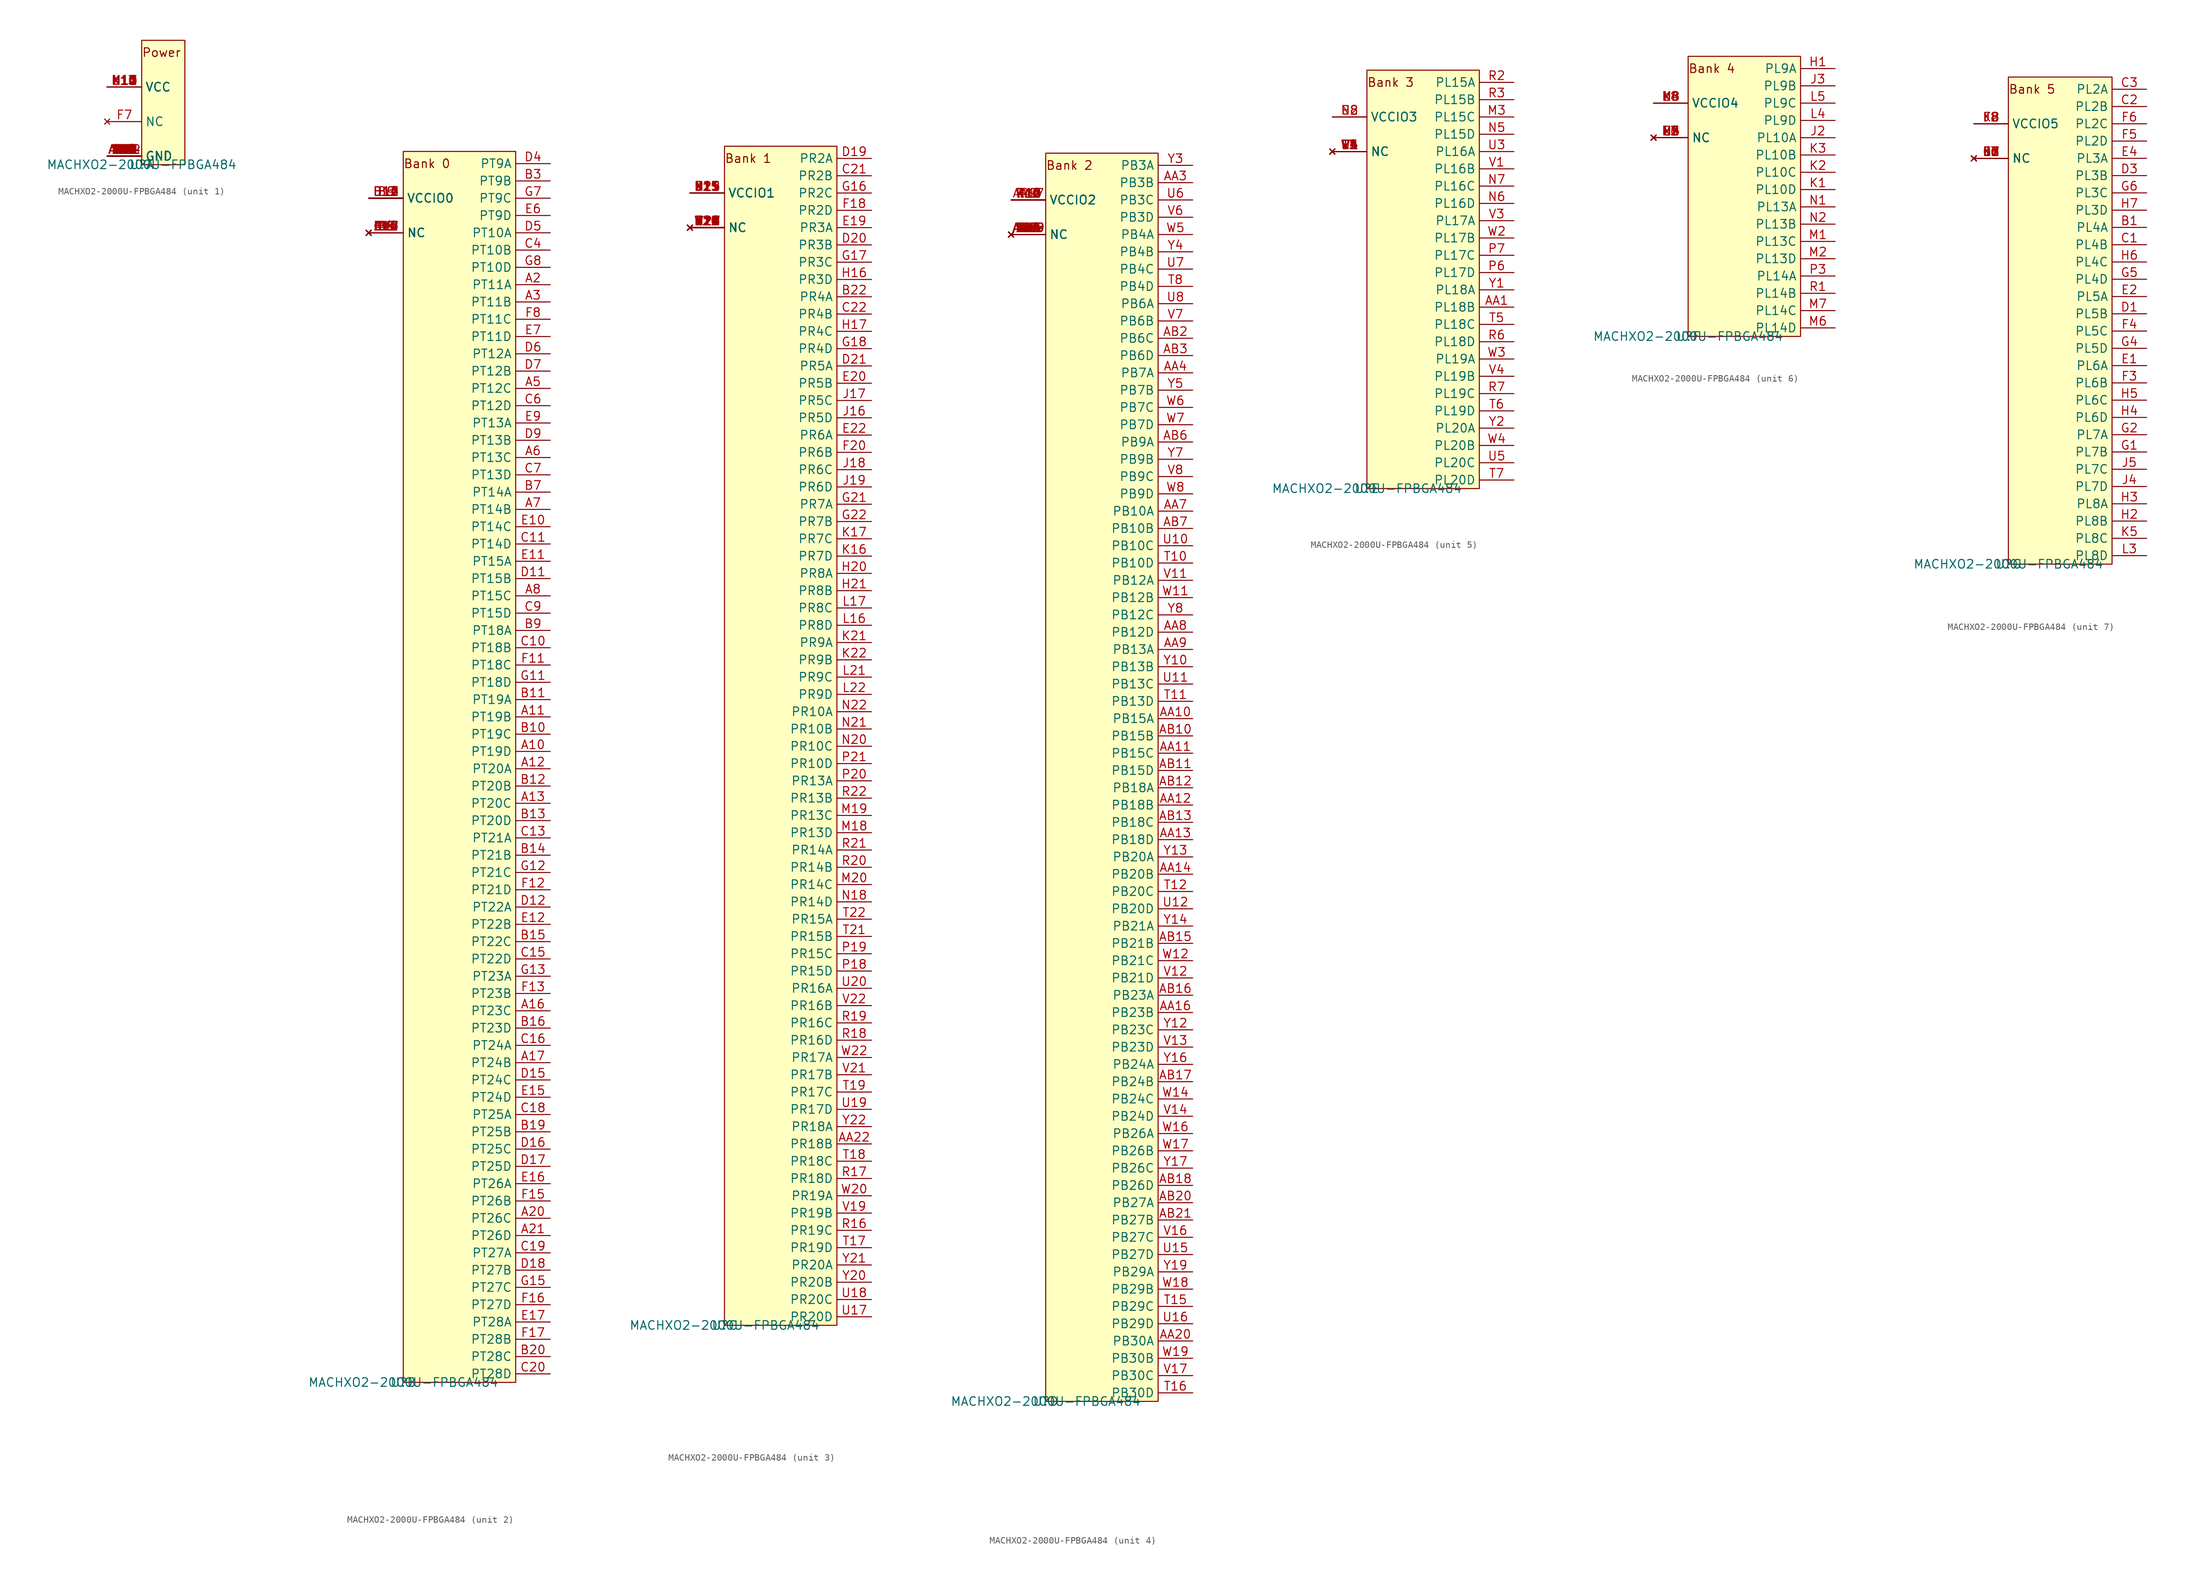
<source format=kicad_sym>
(kicad_symbol_lib
  (version 20211014)
  (generator kicad_symbol_editor)
  (symbol "MACHXO2-2000U-FPBGA484"
    (property "Reference" "U"
      (at 0 0 0)
      (effects (font (size 1.27 1.27))))
    (property "Value" "MACHXO2-2000U-FPBGA484"
      (at 0 0 0)
      (effects (font (size 1.27 1.27))))
    (property "ki_locked" ""
      (at 0 0 0)
      (effects (font (size 1.27 1.27))))
    (symbol "MACHXO2-2000U-FPBGA484_1_0"
      (pin power_in line (at -5.08 11.414 0) (length 5.08) (name "VCC" (effects (font (size 1.27 1.27)))) (number "K10" (effects (font (size 1.27 1.27)))))
      (pin power_in line (at -5.08 11.414 0) (length 5.08) (name "VCC" (effects (font (size 1.27 1.27)))) (number "K11" (effects (font (size 1.27 1.27)))))
      (pin power_in line (at -5.08 11.414 0) (length 5.08) (name "VCC" (effects (font (size 1.27 1.27)))) (number "K12" (effects (font (size 1.27 1.27)))))
      (pin power_in line (at -5.08 11.414 0) (length 5.08) (name "VCC" (effects (font (size 1.27 1.27)))) (number "K13" (effects (font (size 1.27 1.27)))))
      (pin power_in line (at -5.08 11.414 0) (length 5.08) (name "VCC" (effects (font (size 1.27 1.27)))) (number "L10" (effects (font (size 1.27 1.27)))))
      (pin power_in line (at -5.08 11.414 0) (length 5.08) (name "VCC" (effects (font (size 1.27 1.27)))) (number "L13" (effects (font (size 1.27 1.27)))))
      (pin power_in line (at -5.08 11.414 0) (length 5.08) (name "VCC" (effects (font (size 1.27 1.27)))) (number "M10" (effects (font (size 1.27 1.27)))))
      (pin power_in line (at -5.08 11.414 0) (length 5.08) (name "VCC" (effects (font (size 1.27 1.27)))) (number "M13" (effects (font (size 1.27 1.27)))))
      (pin power_in line (at -5.08 11.414 0) (length 5.08) (name "VCC" (effects (font (size 1.27 1.27)))) (number "N10" (effects (font (size 1.27 1.27)))))
      (pin power_in line (at -5.08 11.414 0) (length 5.08) (name "VCC" (effects (font (size 1.27 1.27)))) (number "N11" (effects (font (size 1.27 1.27)))))
      (pin power_in line (at -5.08 11.414 0) (length 5.08) (name "VCC" (effects (font (size 1.27 1.27)))) (number "N12" (effects (font (size 1.27 1.27)))))
      (pin power_in line (at -5.08 11.414 0) (length 5.08) (name "VCC" (effects (font (size 1.27 1.27)))) (number "N13" (effects (font (size 1.27 1.27)))))
      (pin no_connect line (at -5.08 6.334 0) (length 5.08) (name "NC" (effects (font (size 1.27 1.27)))) (number "F7" (effects (font (size 1.27 1.27)))))
      (pin power_in line (at -5.08 1.254 0) (length 5.08) (name "GND" (effects (font (size 1.27 1.27)))) (number "A1" (effects (font (size 1.27 1.27)))))
      (pin power_in line (at -5.08 1.254 0) (length 5.08) (name "GND" (effects (font (size 1.27 1.27)))) (number "A14" (effects (font (size 1.27 1.27)))))
      (pin power_in line (at -5.08 1.254 0) (length 5.08) (name "GND" (effects (font (size 1.27 1.27)))) (number "A22" (effects (font (size 1.27 1.27)))))
      (pin power_in line (at -5.08 1.254 0) (length 5.08) (name "GND" (effects (font (size 1.27 1.27)))) (number "A9" (effects (font (size 1.27 1.27)))))
      (pin power_in line (at -5.08 1.254 0) (length 5.08) (name "GND" (effects (font (size 1.27 1.27)))) (number "AA2" (effects (font (size 1.27 1.27)))))
      (pin power_in line (at -5.08 1.254 0) (length 5.08) (name "GND" (effects (font (size 1.27 1.27)))) (number "AA21" (effects (font (size 1.27 1.27)))))
      (pin power_in line (at -5.08 1.254 0) (length 5.08) (name "GND" (effects (font (size 1.27 1.27)))) (number "AB1" (effects (font (size 1.27 1.27)))))
      (pin power_in line (at -5.08 1.254 0) (length 5.08) (name "GND" (effects (font (size 1.27 1.27)))) (number "AB14" (effects (font (size 1.27 1.27)))))
      (pin power_in line (at -5.08 1.254 0) (length 5.08) (name "GND" (effects (font (size 1.27 1.27)))) (number "AB22" (effects (font (size 1.27 1.27)))))
      (pin power_in line (at -5.08 1.254 0) (length 5.08) (name "GND" (effects (font (size 1.27 1.27)))) (number "AB9" (effects (font (size 1.27 1.27)))))
      (pin power_in line (at -5.08 1.254 0) (length 5.08) (name "GND" (effects (font (size 1.27 1.27)))) (number "B2" (effects (font (size 1.27 1.27)))))
      (pin power_in line (at -5.08 1.254 0) (length 5.08) (name "GND" (effects (font (size 1.27 1.27)))) (number "B21" (effects (font (size 1.27 1.27)))))
      (pin power_in line (at -5.08 1.254 0) (length 5.08) (name "GND" (effects (font (size 1.27 1.27)))) (number "E18" (effects (font (size 1.27 1.27)))))
      (pin power_in line (at -5.08 1.254 0) (length 5.08) (name "GND" (effects (font (size 1.27 1.27)))) (number "E5" (effects (font (size 1.27 1.27)))))
      (pin power_in line (at -5.08 1.254 0) (length 5.08) (name "GND" (effects (font (size 1.27 1.27)))) (number "H15" (effects (font (size 1.27 1.27)))))
      (pin power_in line (at -5.08 1.254 0) (length 5.08) (name "GND" (effects (font (size 1.27 1.27)))) (number "H8" (effects (font (size 1.27 1.27)))))
      (pin power_in line (at -5.08 1.254 0) (length 5.08) (name "GND" (effects (font (size 1.27 1.27)))) (number "J1" (effects (font (size 1.27 1.27)))))
      (pin power_in line (at -5.08 1.254 0) (length 5.08) (name "GND" (effects (font (size 1.27 1.27)))) (number "J10" (effects (font (size 1.27 1.27)))))
      (pin power_in line (at -5.08 1.254 0) (length 5.08) (name "GND" (effects (font (size 1.27 1.27)))) (number "J11" (effects (font (size 1.27 1.27)))))
      (pin power_in line (at -5.08 1.254 0) (length 5.08) (name "GND" (effects (font (size 1.27 1.27)))) (number "J12" (effects (font (size 1.27 1.27)))))
      (pin power_in line (at -5.08 1.254 0) (length 5.08) (name "GND" (effects (font (size 1.27 1.27)))) (number "J13" (effects (font (size 1.27 1.27)))))
      (pin power_in line (at -5.08 1.254 0) (length 5.08) (name "GND" (effects (font (size 1.27 1.27)))) (number "J14" (effects (font (size 1.27 1.27)))))
      (pin power_in line (at -5.08 1.254 0) (length 5.08) (name "GND" (effects (font (size 1.27 1.27)))) (number "J22" (effects (font (size 1.27 1.27)))))
      (pin power_in line (at -5.08 1.254 0) (length 5.08) (name "GND" (effects (font (size 1.27 1.27)))) (number "J9" (effects (font (size 1.27 1.27)))))
      (pin power_in line (at -5.08 1.254 0) (length 5.08) (name "GND" (effects (font (size 1.27 1.27)))) (number "K14" (effects (font (size 1.27 1.27)))))
      (pin power_in line (at -5.08 1.254 0) (length 5.08) (name "GND" (effects (font (size 1.27 1.27)))) (number "K9" (effects (font (size 1.27 1.27)))))
      (pin power_in line (at -5.08 1.254 0) (length 5.08) (name "GND" (effects (font (size 1.27 1.27)))) (number "L11" (effects (font (size 1.27 1.27)))))
      (pin power_in line (at -5.08 1.254 0) (length 5.08) (name "GND" (effects (font (size 1.27 1.27)))) (number "L12" (effects (font (size 1.27 1.27)))))
      (pin power_in line (at -5.08 1.254 0) (length 5.08) (name "GND" (effects (font (size 1.27 1.27)))) (number "L14" (effects (font (size 1.27 1.27)))))
      (pin power_in line (at -5.08 1.254 0) (length 5.08) (name "GND" (effects (font (size 1.27 1.27)))) (number "L9" (effects (font (size 1.27 1.27)))))
      (pin power_in line (at -5.08 1.254 0) (length 5.08) (name "GND" (effects (font (size 1.27 1.27)))) (number "M11" (effects (font (size 1.27 1.27)))))
      (pin power_in line (at -5.08 1.254 0) (length 5.08) (name "GND" (effects (font (size 1.27 1.27)))) (number "M12" (effects (font (size 1.27 1.27)))))
      (pin power_in line (at -5.08 1.254 0) (length 5.08) (name "GND" (effects (font (size 1.27 1.27)))) (number "M14" (effects (font (size 1.27 1.27)))))
      (pin power_in line (at -5.08 1.254 0) (length 5.08) (name "GND" (effects (font (size 1.27 1.27)))) (number "M9" (effects (font (size 1.27 1.27)))))
      (pin power_in line (at -5.08 1.254 0) (length 5.08) (name "GND" (effects (font (size 1.27 1.27)))) (number "N14" (effects (font (size 1.27 1.27)))))
      (pin power_in line (at -5.08 1.254 0) (length 5.08) (name "GND" (effects (font (size 1.27 1.27)))) (number "N9" (effects (font (size 1.27 1.27)))))
      (pin power_in line (at -5.08 1.254 0) (length 5.08) (name "GND" (effects (font (size 1.27 1.27)))) (number "P1" (effects (font (size 1.27 1.27)))))
      (pin power_in line (at -5.08 1.254 0) (length 5.08) (name "GND" (effects (font (size 1.27 1.27)))) (number "P10" (effects (font (size 1.27 1.27)))))
      (pin power_in line (at -5.08 1.254 0) (length 5.08) (name "GND" (effects (font (size 1.27 1.27)))) (number "P11" (effects (font (size 1.27 1.27)))))
      (pin power_in line (at -5.08 1.254 0) (length 5.08) (name "GND" (effects (font (size 1.27 1.27)))) (number "P12" (effects (font (size 1.27 1.27)))))
      (pin power_in line (at -5.08 1.254 0) (length 5.08) (name "GND" (effects (font (size 1.27 1.27)))) (number "P13" (effects (font (size 1.27 1.27)))))
      (pin power_in line (at -5.08 1.254 0) (length 5.08) (name "GND" (effects (font (size 1.27 1.27)))) (number "P14" (effects (font (size 1.27 1.27)))))
      (pin power_in line (at -5.08 1.254 0) (length 5.08) (name "GND" (effects (font (size 1.27 1.27)))) (number "P22" (effects (font (size 1.27 1.27)))))
      (pin power_in line (at -5.08 1.254 0) (length 5.08) (name "GND" (effects (font (size 1.27 1.27)))) (number "P9" (effects (font (size 1.27 1.27)))))
      (pin power_in line (at -5.08 1.254 0) (length 5.08) (name "GND" (effects (font (size 1.27 1.27)))) (number "R15" (effects (font (size 1.27 1.27)))))
      (pin power_in line (at -5.08 1.254 0) (length 5.08) (name "GND" (effects (font (size 1.27 1.27)))) (number "R8" (effects (font (size 1.27 1.27)))))
      (pin power_in line (at -5.08 1.254 0) (length 5.08) (name "GND" (effects (font (size 1.27 1.27)))) (number "V18" (effects (font (size 1.27 1.27)))))
      (pin power_in line (at -5.08 1.254 0) (length 5.08) (name "GND" (effects (font (size 1.27 1.27)))) (number "V5" (effects (font (size 1.27 1.27))))))
    (symbol "MACHXO2-2000U-FPBGA484_1_1"
      (rectangle (start 0 0) (end 6.35 18.288) (stroke (width 0) (type default) (color 0 0 0 0)) (fill (type background)))
      (text "Power" (at 0 16.494 0) (effects (font (size 1.27 1.27)) (justify left))))
    (symbol "MACHXO2-2000U-FPBGA484_2_0"
      (pin power_in line (at -5.08 173.974 0) (length 5.08) (name "VCCIO0" (effects (font (size 1.27 1.27)))) (number "B17" (effects (font (size 1.27 1.27)))))
      (pin power_in line (at -5.08 173.974 0) (length 5.08) (name "VCCIO0" (effects (font (size 1.27 1.27)))) (number "B6" (effects (font (size 1.27 1.27)))))
      (pin power_in line (at -5.08 173.974 0) (length 5.08) (name "VCCIO0" (effects (font (size 1.27 1.27)))) (number "D10" (effects (font (size 1.27 1.27)))))
      (pin power_in line (at -5.08 173.974 0) (length 5.08) (name "VCCIO0" (effects (font (size 1.27 1.27)))) (number "D13" (effects (font (size 1.27 1.27)))))
      (pin power_in line (at -5.08 173.974 0) (length 5.08) (name "VCCIO0" (effects (font (size 1.27 1.27)))) (number "H10" (effects (font (size 1.27 1.27)))))
      (pin power_in line (at -5.08 173.974 0) (length 5.08) (name "VCCIO0" (effects (font (size 1.27 1.27)))) (number "H11" (effects (font (size 1.27 1.27)))))
      (pin power_in line (at -5.08 173.974 0) (length 5.08) (name "VCCIO0" (effects (font (size 1.27 1.27)))) (number "H12" (effects (font (size 1.27 1.27)))))
      (pin power_in line (at -5.08 173.974 0) (length 5.08) (name "VCCIO0" (effects (font (size 1.27 1.27)))) (number "H13" (effects (font (size 1.27 1.27)))))
      (pin power_in line (at -5.08 173.974 0) (length 5.08) (name "VCCIO0" (effects (font (size 1.27 1.27)))) (number "H14" (effects (font (size 1.27 1.27)))))
      (pin power_in line (at -5.08 173.974 0) (length 5.08) (name "VCCIO0" (effects (font (size 1.27 1.27)))) (number "H9" (effects (font (size 1.27 1.27)))))
      (pin no_connect line (at -5.08 168.894 0) (length 5.08) (name "NC" (effects (font (size 1.27 1.27)))) (number "B4" (effects (font (size 1.27 1.27)))))
      (pin no_connect line (at -5.08 168.894 0) (length 5.08) (name "NC" (effects (font (size 1.27 1.27)))) (number "C5" (effects (font (size 1.27 1.27)))))
      (pin no_connect line (at -5.08 168.894 0) (length 5.08) (name "NC" (effects (font (size 1.27 1.27)))) (number "B5" (effects (font (size 1.27 1.27)))))
      (pin no_connect line (at -5.08 168.894 0) (length 5.08) (name "NC" (effects (font (size 1.27 1.27)))) (number "A4" (effects (font (size 1.27 1.27)))))
      (pin no_connect line (at -5.08 168.894 0) (length 5.08) (name "NC" (effects (font (size 1.27 1.27)))) (number "C8" (effects (font (size 1.27 1.27)))))
      (pin no_connect line (at -5.08 168.894 0) (length 5.08) (name "NC" (effects (font (size 1.27 1.27)))) (number "B8" (effects (font (size 1.27 1.27)))))
      (pin no_connect line (at -5.08 168.894 0) (length 5.08) (name "NC" (effects (font (size 1.27 1.27)))) (number "C14" (effects (font (size 1.27 1.27)))))
      (pin no_connect line (at -5.08 168.894 0) (length 5.08) (name "NC" (effects (font (size 1.27 1.27)))) (number "A15" (effects (font (size 1.27 1.27)))))
      (pin no_connect line (at -5.08 168.894 0) (length 5.08) (name "NC" (effects (font (size 1.27 1.27)))) (number "C17" (effects (font (size 1.27 1.27)))))
      (pin no_connect line (at -5.08 168.894 0) (length 5.08) (name "NC" (effects (font (size 1.27 1.27)))) (number "A18" (effects (font (size 1.27 1.27)))))
      (pin no_connect line (at -5.08 168.894 0) (length 5.08) (name "NC" (effects (font (size 1.27 1.27)))) (number "A19" (effects (font (size 1.27 1.27)))))
      (pin no_connect line (at -5.08 168.894 0) (length 5.08) (name "NC" (effects (font (size 1.27 1.27)))) (number "B18" (effects (font (size 1.27 1.27)))))
      (pin no_connect line (at -5.08 168.894 0) (length 5.08) (name "NC" (effects (font (size 1.27 1.27)))) (number "F9" (effects (font (size 1.27 1.27)))))
      (pin no_connect line (at -5.08 168.894 0) (length 5.08) (name "NC" (effects (font (size 1.27 1.27)))) (number "G9" (effects (font (size 1.27 1.27)))))
      (pin no_connect line (at -5.08 168.894 0) (length 5.08) (name "NC" (effects (font (size 1.27 1.27)))) (number "E8" (effects (font (size 1.27 1.27)))))
      (pin no_connect line (at -5.08 168.894 0) (length 5.08) (name "NC" (effects (font (size 1.27 1.27)))) (number "D8" (effects (font (size 1.27 1.27)))))
      (pin no_connect line (at -5.08 168.894 0) (length 5.08) (name "NC" (effects (font (size 1.27 1.27)))) (number "F10" (effects (font (size 1.27 1.27)))))
      (pin no_connect line (at -5.08 168.894 0) (length 5.08) (name "NC" (effects (font (size 1.27 1.27)))) (number "G10" (effects (font (size 1.27 1.27)))))
      (pin no_connect line (at -5.08 168.894 0) (length 5.08) (name "NC" (effects (font (size 1.27 1.27)))) (number "C12" (effects (font (size 1.27 1.27)))))
      (pin no_connect line (at -5.08 168.894 0) (length 5.08) (name "NC" (effects (font (size 1.27 1.27)))) (number "E13" (effects (font (size 1.27 1.27)))))
      (pin no_connect line (at -5.08 168.894 0) (length 5.08) (name "NC" (effects (font (size 1.27 1.27)))) (number "D14" (effects (font (size 1.27 1.27)))))
      (pin no_connect line (at -5.08 168.894 0) (length 5.08) (name "NC" (effects (font (size 1.27 1.27)))) (number "E14" (effects (font (size 1.27 1.27)))))
      (pin no_connect line (at -5.08 168.894 0) (length 5.08) (name "NC" (effects (font (size 1.27 1.27)))) (number "G14" (effects (font (size 1.27 1.27)))))
      (pin no_connect line (at -5.08 168.894 0) (length 5.08) (name "NC" (effects (font (size 1.27 1.27)))) (number "F14" (effects (font (size 1.27 1.27)))))
      (pin bidirectional line (at 21.59 179.054 180) (length 5.08) (name "PT9A" (effects (font (size 1.27 1.27)))) (number "D4" (effects (font (size 1.27 1.27)))))
      (pin bidirectional line (at 21.59 176.514 180) (length 5.08) (name "PT9B" (effects (font (size 1.27 1.27)))) (number "B3" (effects (font (size 1.27 1.27)))))
      (pin bidirectional line (at 21.59 173.974 180) (length 5.08) (name "PT9C" (effects (font (size 1.27 1.27)))) (number "G7" (effects (font (size 1.27 1.27)))))
      (pin bidirectional line (at 21.59 171.434 180) (length 5.08) (name "PT9D" (effects (font (size 1.27 1.27)))) (number "E6" (effects (font (size 1.27 1.27)))))
      (pin bidirectional line (at 21.59 168.894 180) (length 5.08) (name "PT10A" (effects (font (size 1.27 1.27)))) (number "D5" (effects (font (size 1.27 1.27)))))
      (pin bidirectional line (at 21.59 166.354 180) (length 5.08) (name "PT10B" (effects (font (size 1.27 1.27)))) (number "C4" (effects (font (size 1.27 1.27)))))
      (pin bidirectional line (at 21.59 163.814 180) (length 5.08) (name "PT10D" (effects (font (size 1.27 1.27)))) (number "G8" (effects (font (size 1.27 1.27)))))
      (pin bidirectional line (at 21.59 161.274 180) (length 5.08) (name "PT11A" (effects (font (size 1.27 1.27)))) (number "A2" (effects (font (size 1.27 1.27)))))
      (pin bidirectional line (at 21.59 158.734 180) (length 5.08) (name "PT11B" (effects (font (size 1.27 1.27)))) (number "A3" (effects (font (size 1.27 1.27)))))
      (pin bidirectional line (at 21.59 156.194 180) (length 5.08) (name "PT11C" (effects (font (size 1.27 1.27)))) (number "F8" (effects (font (size 1.27 1.27)))))
      (pin bidirectional line (at 21.59 153.654 180) (length 5.08) (name "PT11D" (effects (font (size 1.27 1.27)))) (number "E7" (effects (font (size 1.27 1.27)))))
      (pin bidirectional line (at 21.59 151.114 180) (length 5.08) (name "PT12A" (effects (font (size 1.27 1.27)))) (number "D6" (effects (font (size 1.27 1.27)))))
      (pin bidirectional line (at 21.59 148.574 180) (length 5.08) (name "PT12B" (effects (font (size 1.27 1.27)))) (number "D7" (effects (font (size 1.27 1.27)))))
      (pin bidirectional line (at 21.59 146.034 180) (length 5.08) (name "PT12C" (effects (font (size 1.27 1.27)))) (number "A5" (effects (font (size 1.27 1.27)))))
      (pin bidirectional line (at 21.59 143.494 180) (length 5.08) (name "PT12D" (effects (font (size 1.27 1.27)))) (number "C6" (effects (font (size 1.27 1.27)))))
      (pin bidirectional line (at 21.59 140.954 180) (length 5.08) (name "PT13A" (effects (font (size 1.27 1.27)))) (number "E9" (effects (font (size 1.27 1.27)))))
      (pin bidirectional line (at 21.59 138.414 180) (length 5.08) (name "PT13B" (effects (font (size 1.27 1.27)))) (number "D9" (effects (font (size 1.27 1.27)))))
      (pin bidirectional line (at 21.59 135.874 180) (length 5.08) (name "PT13C" (effects (font (size 1.27 1.27)))) (number "A6" (effects (font (size 1.27 1.27)))))
      (pin bidirectional line (at 21.59 133.334 180) (length 5.08) (name "PT13D" (effects (font (size 1.27 1.27)))) (number "C7" (effects (font (size 1.27 1.27)))))
      (pin bidirectional line (at 21.59 130.794 180) (length 5.08) (name "PT14A" (effects (font (size 1.27 1.27)))) (number "B7" (effects (font (size 1.27 1.27)))))
      (pin bidirectional line (at 21.59 128.254 180) (length 5.08) (name "PT14B" (effects (font (size 1.27 1.27)))) (number "A7" (effects (font (size 1.27 1.27)))))
      (pin bidirectional line (at 21.59 125.714 180) (length 5.08) (name "PT14C" (effects (font (size 1.27 1.27)))) (number "E10" (effects (font (size 1.27 1.27)))))
      (pin bidirectional line (at 21.59 123.174 180) (length 5.08) (name "PT14D" (effects (font (size 1.27 1.27)))) (number "C11" (effects (font (size 1.27 1.27)))))
      (pin bidirectional line (at 21.59 120.634 180) (length 5.08) (name "PT15A" (effects (font (size 1.27 1.27)))) (number "E11" (effects (font (size 1.27 1.27)))))
      (pin bidirectional line (at 21.59 118.094 180) (length 5.08) (name "PT15B" (effects (font (size 1.27 1.27)))) (number "D11" (effects (font (size 1.27 1.27)))))
      (pin bidirectional line (at 21.59 115.554 180) (length 5.08) (name "PT15C" (effects (font (size 1.27 1.27)))) (number "A8" (effects (font (size 1.27 1.27)))))
      (pin bidirectional line (at 21.59 113.014 180) (length 5.08) (name "PT15D" (effects (font (size 1.27 1.27)))) (number "C9" (effects (font (size 1.27 1.27)))))
      (pin bidirectional line (at 21.59 110.474 180) (length 5.08) (name "PT18A" (effects (font (size 1.27 1.27)))) (number "B9" (effects (font (size 1.27 1.27)))))
      (pin bidirectional line (at 21.59 107.934 180) (length 5.08) (name "PT18B" (effects (font (size 1.27 1.27)))) (number "C10" (effects (font (size 1.27 1.27)))))
      (pin bidirectional line (at 21.59 105.394 180) (length 5.08) (name "PT18C" (effects (font (size 1.27 1.27)))) (number "F11" (effects (font (size 1.27 1.27)))))
      (pin bidirectional line (at 21.59 102.854 180) (length 5.08) (name "PT18D" (effects (font (size 1.27 1.27)))) (number "G11" (effects (font (size 1.27 1.27)))))
      (pin bidirectional line (at 21.59 100.314 180) (length 5.08) (name "PT19A" (effects (font (size 1.27 1.27)))) (number "B11" (effects (font (size 1.27 1.27)))))
      (pin bidirectional line (at 21.59 97.774 180) (length 5.08) (name "PT19B" (effects (font (size 1.27 1.27)))) (number "A11" (effects (font (size 1.27 1.27)))))
      (pin bidirectional line (at 21.59 95.234 180) (length 5.08) (name "PT19C" (effects (font (size 1.27 1.27)))) (number "B10" (effects (font (size 1.27 1.27)))))
      (pin bidirectional line (at 21.59 92.694 180) (length 5.08) (name "PT19D" (effects (font (size 1.27 1.27)))) (number "A10" (effects (font (size 1.27 1.27)))))
      (pin bidirectional line (at 21.59 90.154 180) (length 5.08) (name "PT20A" (effects (font (size 1.27 1.27)))) (number "A12" (effects (font (size 1.27 1.27)))))
      (pin bidirectional line (at 21.59 87.614 180) (length 5.08) (name "PT20B" (effects (font (size 1.27 1.27)))) (number "B12" (effects (font (size 1.27 1.27)))))
      (pin bidirectional line (at 21.59 85.074 180) (length 5.08) (name "PT20C" (effects (font (size 1.27 1.27)))) (number "A13" (effects (font (size 1.27 1.27)))))
      (pin bidirectional line (at 21.59 82.534 180) (length 5.08) (name "PT20D" (effects (font (size 1.27 1.27)))) (number "B13" (effects (font (size 1.27 1.27)))))
      (pin bidirectional line (at 21.59 79.994 180) (length 5.08) (name "PT21A" (effects (font (size 1.27 1.27)))) (number "C13" (effects (font (size 1.27 1.27)))))
      (pin bidirectional line (at 21.59 77.454 180) (length 5.08) (name "PT21B" (effects (font (size 1.27 1.27)))) (number "B14" (effects (font (size 1.27 1.27)))))
      (pin bidirectional line (at 21.59 74.914 180) (length 5.08) (name "PT21C" (effects (font (size 1.27 1.27)))) (number "G12" (effects (font (size 1.27 1.27)))))
      (pin bidirectional line (at 21.59 72.374 180) (length 5.08) (name "PT21D" (effects (font (size 1.27 1.27)))) (number "F12" (effects (font (size 1.27 1.27)))))
      (pin bidirectional line (at 21.59 69.834 180) (length 5.08) (name "PT22A" (effects (font (size 1.27 1.27)))) (number "D12" (effects (font (size 1.27 1.27)))))
      (pin bidirectional line (at 21.59 67.294 180) (length 5.08) (name "PT22B" (effects (font (size 1.27 1.27)))) (number "E12" (effects (font (size 1.27 1.27)))))
      (pin bidirectional line (at 21.59 64.754 180) (length 5.08) (name "PT22C" (effects (font (size 1.27 1.27)))) (number "B15" (effects (font (size 1.27 1.27)))))
      (pin bidirectional line (at 21.59 62.214 180) (length 5.08) (name "PT22D" (effects (font (size 1.27 1.27)))) (number "C15" (effects (font (size 1.27 1.27)))))
      (pin bidirectional line (at 21.59 59.674 180) (length 5.08) (name "PT23A" (effects (font (size 1.27 1.27)))) (number "G13" (effects (font (size 1.27 1.27)))))
      (pin bidirectional line (at 21.59 57.134 180) (length 5.08) (name "PT23B" (effects (font (size 1.27 1.27)))) (number "F13" (effects (font (size 1.27 1.27)))))
      (pin bidirectional line (at 21.59 54.594 180) (length 5.08) (name "PT23C" (effects (font (size 1.27 1.27)))) (number "A16" (effects (font (size 1.27 1.27)))))
      (pin bidirectional line (at 21.59 52.054 180) (length 5.08) (name "PT23D" (effects (font (size 1.27 1.27)))) (number "B16" (effects (font (size 1.27 1.27)))))
      (pin bidirectional line (at 21.59 49.514 180) (length 5.08) (name "PT24A" (effects (font (size 1.27 1.27)))) (number "C16" (effects (font (size 1.27 1.27)))))
      (pin bidirectional line (at 21.59 46.974 180) (length 5.08) (name "PT24B" (effects (font (size 1.27 1.27)))) (number "A17" (effects (font (size 1.27 1.27)))))
      (pin bidirectional line (at 21.59 44.434 180) (length 5.08) (name "PT24C" (effects (font (size 1.27 1.27)))) (number "D15" (effects (font (size 1.27 1.27)))))
      (pin bidirectional line (at 21.59 41.894 180) (length 5.08) (name "PT24D" (effects (font (size 1.27 1.27)))) (number "E15" (effects (font (size 1.27 1.27)))))
      (pin bidirectional line (at 21.59 39.354 180) (length 5.08) (name "PT25A" (effects (font (size 1.27 1.27)))) (number "C18" (effects (font (size 1.27 1.27)))))
      (pin bidirectional line (at 21.59 36.814 180) (length 5.08) (name "PT25B" (effects (font (size 1.27 1.27)))) (number "B19" (effects (font (size 1.27 1.27)))))
      (pin bidirectional line (at 21.59 34.274 180) (length 5.08) (name "PT25C" (effects (font (size 1.27 1.27)))) (number "D16" (effects (font (size 1.27 1.27)))))
      (pin bidirectional line (at 21.59 31.734 180) (length 5.08) (name "PT25D" (effects (font (size 1.27 1.27)))) (number "D17" (effects (font (size 1.27 1.27)))))
      (pin bidirectional line (at 21.59 29.194 180) (length 5.08) (name "PT26A" (effects (font (size 1.27 1.27)))) (number "E16" (effects (font (size 1.27 1.27)))))
      (pin bidirectional line (at 21.59 26.654 180) (length 5.08) (name "PT26B" (effects (font (size 1.27 1.27)))) (number "F15" (effects (font (size 1.27 1.27)))))
      (pin bidirectional line (at 21.59 24.114 180) (length 5.08) (name "PT26C" (effects (font (size 1.27 1.27)))) (number "A20" (effects (font (size 1.27 1.27)))))
      (pin bidirectional line (at 21.59 21.574 180) (length 5.08) (name "PT26D" (effects (font (size 1.27 1.27)))) (number "A21" (effects (font (size 1.27 1.27)))))
      (pin bidirectional line (at 21.59 19.034 180) (length 5.08) (name "PT27A" (effects (font (size 1.27 1.27)))) (number "C19" (effects (font (size 1.27 1.27)))))
      (pin bidirectional line (at 21.59 16.494 180) (length 5.08) (name "PT27B" (effects (font (size 1.27 1.27)))) (number "D18" (effects (font (size 1.27 1.27)))))
      (pin bidirectional line (at 21.59 13.954 180) (length 5.08) (name "PT27C" (effects (font (size 1.27 1.27)))) (number "G15" (effects (font (size 1.27 1.27)))))
      (pin bidirectional line (at 21.59 11.414 180) (length 5.08) (name "PT27D" (effects (font (size 1.27 1.27)))) (number "F16" (effects (font (size 1.27 1.27)))))
      (pin bidirectional line (at 21.59 8.874 180) (length 5.08) (name "PT28A" (effects (font (size 1.27 1.27)))) (number "E17" (effects (font (size 1.27 1.27)))))
      (pin bidirectional line (at 21.59 6.334 180) (length 5.08) (name "PT28B" (effects (font (size 1.27 1.27)))) (number "F17" (effects (font (size 1.27 1.27)))))
      (pin bidirectional line (at 21.59 3.794 180) (length 5.08) (name "PT28C" (effects (font (size 1.27 1.27)))) (number "B20" (effects (font (size 1.27 1.27)))))
      (pin bidirectional line (at 21.59 1.254 180) (length 5.08) (name "PT28D" (effects (font (size 1.27 1.27)))) (number "C20" (effects (font (size 1.27 1.27))))))
    (symbol "MACHXO2-2000U-FPBGA484_2_1"
      (rectangle (start 0 0) (end 16.51 180.848) (stroke (width 0) (type default) (color 0 0 0 0)) (fill (type background)))
      (text "Bank 0" (at 0 179.054 0) (effects (font (size 1.27 1.27)) (justify left))))
    (symbol "MACHXO2-2000U-FPBGA484_3_0"
      (pin power_in line (at -5.08 166.354 0) (length 5.08) (name "VCCIO1" (effects (font (size 1.27 1.27)))) (number "F21" (effects (font (size 1.27 1.27)))))
      (pin power_in line (at -5.08 166.354 0) (length 5.08) (name "VCCIO1" (effects (font (size 1.27 1.27)))) (number "J15" (effects (font (size 1.27 1.27)))))
      (pin power_in line (at -5.08 166.354 0) (length 5.08) (name "VCCIO1" (effects (font (size 1.27 1.27)))) (number "K15" (effects (font (size 1.27 1.27)))))
      (pin power_in line (at -5.08 166.354 0) (length 5.08) (name "VCCIO1" (effects (font (size 1.27 1.27)))) (number "K19" (effects (font (size 1.27 1.27)))))
      (pin power_in line (at -5.08 166.354 0) (length 5.08) (name "VCCIO1" (effects (font (size 1.27 1.27)))) (number "L15" (effects (font (size 1.27 1.27)))))
      (pin power_in line (at -5.08 166.354 0) (length 5.08) (name "VCCIO1" (effects (font (size 1.27 1.27)))) (number "M15" (effects (font (size 1.27 1.27)))))
      (pin power_in line (at -5.08 166.354 0) (length 5.08) (name "VCCIO1" (effects (font (size 1.27 1.27)))) (number "N15" (effects (font (size 1.27 1.27)))))
      (pin power_in line (at -5.08 166.354 0) (length 5.08) (name "VCCIO1" (effects (font (size 1.27 1.27)))) (number "N19" (effects (font (size 1.27 1.27)))))
      (pin power_in line (at -5.08 166.354 0) (length 5.08) (name "VCCIO1" (effects (font (size 1.27 1.27)))) (number "P15" (effects (font (size 1.27 1.27)))))
      (pin power_in line (at -5.08 166.354 0) (length 5.08) (name "VCCIO1" (effects (font (size 1.27 1.27)))) (number "U21" (effects (font (size 1.27 1.27)))))
      (pin no_connect line (at -5.08 161.274 0) (length 5.08) (name "NC" (effects (font (size 1.27 1.27)))) (number "E21" (effects (font (size 1.27 1.27)))))
      (pin no_connect line (at -5.08 161.274 0) (length 5.08) (name "NC" (effects (font (size 1.27 1.27)))) (number "D22" (effects (font (size 1.27 1.27)))))
      (pin no_connect line (at -5.08 161.274 0) (length 5.08) (name "NC" (effects (font (size 1.27 1.27)))) (number "F22" (effects (font (size 1.27 1.27)))))
      (pin no_connect line (at -5.08 161.274 0) (length 5.08) (name "NC" (effects (font (size 1.27 1.27)))) (number "G20" (effects (font (size 1.27 1.27)))))
      (pin no_connect line (at -5.08 161.274 0) (length 5.08) (name "NC" (effects (font (size 1.27 1.27)))) (number "H22" (effects (font (size 1.27 1.27)))))
      (pin no_connect line (at -5.08 161.274 0) (length 5.08) (name "NC" (effects (font (size 1.27 1.27)))) (number "J20" (effects (font (size 1.27 1.27)))))
      (pin no_connect line (at -5.08 161.274 0) (length 5.08) (name "NC" (effects (font (size 1.27 1.27)))) (number "J21" (effects (font (size 1.27 1.27)))))
      (pin no_connect line (at -5.08 161.274 0) (length 5.08) (name "NC" (effects (font (size 1.27 1.27)))) (number "K20" (effects (font (size 1.27 1.27)))))
      (pin no_connect line (at -5.08 161.274 0) (length 5.08) (name "NC" (effects (font (size 1.27 1.27)))) (number "T20" (effects (font (size 1.27 1.27)))))
      (pin no_connect line (at -5.08 161.274 0) (length 5.08) (name "NC" (effects (font (size 1.27 1.27)))) (number "U22" (effects (font (size 1.27 1.27)))))
      (pin no_connect line (at -5.08 161.274 0) (length 5.08) (name "NC" (effects (font (size 1.27 1.27)))) (number "V20" (effects (font (size 1.27 1.27)))))
      (pin no_connect line (at -5.08 161.274 0) (length 5.08) (name "NC" (effects (font (size 1.27 1.27)))) (number "W21" (effects (font (size 1.27 1.27)))))
      (pin no_connect line (at -5.08 161.274 0) (length 5.08) (name "NC" (effects (font (size 1.27 1.27)))) (number "F19" (effects (font (size 1.27 1.27)))))
      (pin no_connect line (at -5.08 161.274 0) (length 5.08) (name "NC" (effects (font (size 1.27 1.27)))) (number "G19" (effects (font (size 1.27 1.27)))))
      (pin no_connect line (at -5.08 161.274 0) (length 5.08) (name "NC" (effects (font (size 1.27 1.27)))) (number "H18" (effects (font (size 1.27 1.27)))))
      (pin no_connect line (at -5.08 161.274 0) (length 5.08) (name "NC" (effects (font (size 1.27 1.27)))) (number "H19" (effects (font (size 1.27 1.27)))))
      (pin no_connect line (at -5.08 161.274 0) (length 5.08) (name "NC" (effects (font (size 1.27 1.27)))) (number "K18" (effects (font (size 1.27 1.27)))))
      (pin no_connect line (at -5.08 161.274 0) (length 5.08) (name "NC" (effects (font (size 1.27 1.27)))) (number "L20" (effects (font (size 1.27 1.27)))))
      (pin no_connect line (at -5.08 161.274 0) (length 5.08) (name "NC" (effects (font (size 1.27 1.27)))) (number "L18" (effects (font (size 1.27 1.27)))))
      (pin no_connect line (at -5.08 161.274 0) (length 5.08) (name "NC" (effects (font (size 1.27 1.27)))) (number "L19" (effects (font (size 1.27 1.27)))))
      (pin no_connect line (at -5.08 161.274 0) (length 5.08) (name "NC" (effects (font (size 1.27 1.27)))) (number "M22" (effects (font (size 1.27 1.27)))))
      (pin no_connect line (at -5.08 161.274 0) (length 5.08) (name "NC" (effects (font (size 1.27 1.27)))) (number "M21" (effects (font (size 1.27 1.27)))))
      (pin no_connect line (at -5.08 161.274 0) (length 5.08) (name "NC" (effects (font (size 1.27 1.27)))) (number "M16" (effects (font (size 1.27 1.27)))))
      (pin no_connect line (at -5.08 161.274 0) (length 5.08) (name "NC" (effects (font (size 1.27 1.27)))) (number "M17" (effects (font (size 1.27 1.27)))))
      (pin no_connect line (at -5.08 161.274 0) (length 5.08) (name "NC" (effects (font (size 1.27 1.27)))) (number "N16" (effects (font (size 1.27 1.27)))))
      (pin no_connect line (at -5.08 161.274 0) (length 5.08) (name "NC" (effects (font (size 1.27 1.27)))) (number "N17" (effects (font (size 1.27 1.27)))))
      (pin no_connect line (at -5.08 161.274 0) (length 5.08) (name "NC" (effects (font (size 1.27 1.27)))) (number "P16" (effects (font (size 1.27 1.27)))))
      (pin no_connect line (at -5.08 161.274 0) (length 5.08) (name "NC" (effects (font (size 1.27 1.27)))) (number "P17" (effects (font (size 1.27 1.27)))))
      (pin bidirectional line (at 21.59 171.434 180) (length 5.08) (name "PR2A" (effects (font (size 1.27 1.27)))) (number "D19" (effects (font (size 1.27 1.27)))))
      (pin bidirectional line (at 21.59 168.894 180) (length 5.08) (name "PR2B" (effects (font (size 1.27 1.27)))) (number "C21" (effects (font (size 1.27 1.27)))))
      (pin bidirectional line (at 21.59 166.354 180) (length 5.08) (name "PR2C" (effects (font (size 1.27 1.27)))) (number "G16" (effects (font (size 1.27 1.27)))))
      (pin bidirectional line (at 21.59 163.814 180) (length 5.08) (name "PR2D" (effects (font (size 1.27 1.27)))) (number "F18" (effects (font (size 1.27 1.27)))))
      (pin bidirectional line (at 21.59 161.274 180) (length 5.08) (name "PR3A" (effects (font (size 1.27 1.27)))) (number "E19" (effects (font (size 1.27 1.27)))))
      (pin bidirectional line (at 21.59 158.734 180) (length 5.08) (name "PR3B" (effects (font (size 1.27 1.27)))) (number "D20" (effects (font (size 1.27 1.27)))))
      (pin bidirectional line (at 21.59 156.194 180) (length 5.08) (name "PR3C" (effects (font (size 1.27 1.27)))) (number "G17" (effects (font (size 1.27 1.27)))))
      (pin bidirectional line (at 21.59 153.654 180) (length 5.08) (name "PR3D" (effects (font (size 1.27 1.27)))) (number "H16" (effects (font (size 1.27 1.27)))))
      (pin bidirectional line (at 21.59 151.114 180) (length 5.08) (name "PR4A" (effects (font (size 1.27 1.27)))) (number "B22" (effects (font (size 1.27 1.27)))))
      (pin bidirectional line (at 21.59 148.574 180) (length 5.08) (name "PR4B" (effects (font (size 1.27 1.27)))) (number "C22" (effects (font (size 1.27 1.27)))))
      (pin bidirectional line (at 21.59 146.034 180) (length 5.08) (name "PR4C" (effects (font (size 1.27 1.27)))) (number "H17" (effects (font (size 1.27 1.27)))))
      (pin bidirectional line (at 21.59 143.494 180) (length 5.08) (name "PR4D" (effects (font (size 1.27 1.27)))) (number "G18" (effects (font (size 1.27 1.27)))))
      (pin bidirectional line (at 21.59 140.954 180) (length 5.08) (name "PR5A" (effects (font (size 1.27 1.27)))) (number "D21" (effects (font (size 1.27 1.27)))))
      (pin bidirectional line (at 21.59 138.414 180) (length 5.08) (name "PR5B" (effects (font (size 1.27 1.27)))) (number "E20" (effects (font (size 1.27 1.27)))))
      (pin bidirectional line (at 21.59 135.874 180) (length 5.08) (name "PR5C" (effects (font (size 1.27 1.27)))) (number "J17" (effects (font (size 1.27 1.27)))))
      (pin bidirectional line (at 21.59 133.334 180) (length 5.08) (name "PR5D" (effects (font (size 1.27 1.27)))) (number "J16" (effects (font (size 1.27 1.27)))))
      (pin bidirectional line (at 21.59 130.794 180) (length 5.08) (name "PR6A" (effects (font (size 1.27 1.27)))) (number "E22" (effects (font (size 1.27 1.27)))))
      (pin bidirectional line (at 21.59 128.254 180) (length 5.08) (name "PR6B" (effects (font (size 1.27 1.27)))) (number "F20" (effects (font (size 1.27 1.27)))))
      (pin bidirectional line (at 21.59 125.714 180) (length 5.08) (name "PR6C" (effects (font (size 1.27 1.27)))) (number "J18" (effects (font (size 1.27 1.27)))))
      (pin bidirectional line (at 21.59 123.174 180) (length 5.08) (name "PR6D" (effects (font (size 1.27 1.27)))) (number "J19" (effects (font (size 1.27 1.27)))))
      (pin bidirectional line (at 21.59 120.634 180) (length 5.08) (name "PR7A" (effects (font (size 1.27 1.27)))) (number "G21" (effects (font (size 1.27 1.27)))))
      (pin bidirectional line (at 21.59 118.094 180) (length 5.08) (name "PR7B" (effects (font (size 1.27 1.27)))) (number "G22" (effects (font (size 1.27 1.27)))))
      (pin bidirectional line (at 21.59 115.554 180) (length 5.08) (name "PR7C" (effects (font (size 1.27 1.27)))) (number "K17" (effects (font (size 1.27 1.27)))))
      (pin bidirectional line (at 21.59 113.014 180) (length 5.08) (name "PR7D" (effects (font (size 1.27 1.27)))) (number "K16" (effects (font (size 1.27 1.27)))))
      (pin bidirectional line (at 21.59 110.474 180) (length 5.08) (name "PR8A" (effects (font (size 1.27 1.27)))) (number "H20" (effects (font (size 1.27 1.27)))))
      (pin bidirectional line (at 21.59 107.934 180) (length 5.08) (name "PR8B" (effects (font (size 1.27 1.27)))) (number "H21" (effects (font (size 1.27 1.27)))))
      (pin bidirectional line (at 21.59 105.394 180) (length 5.08) (name "PR8C" (effects (font (size 1.27 1.27)))) (number "L17" (effects (font (size 1.27 1.27)))))
      (pin bidirectional line (at 21.59 102.854 180) (length 5.08) (name "PR8D" (effects (font (size 1.27 1.27)))) (number "L16" (effects (font (size 1.27 1.27)))))
      (pin bidirectional line (at 21.59 100.314 180) (length 5.08) (name "PR9A" (effects (font (size 1.27 1.27)))) (number "K21" (effects (font (size 1.27 1.27)))))
      (pin bidirectional line (at 21.59 97.774 180) (length 5.08) (name "PR9B" (effects (font (size 1.27 1.27)))) (number "K22" (effects (font (size 1.27 1.27)))))
      (pin bidirectional line (at 21.59 95.234 180) (length 5.08) (name "PR9C" (effects (font (size 1.27 1.27)))) (number "L21" (effects (font (size 1.27 1.27)))))
      (pin bidirectional line (at 21.59 92.694 180) (length 5.08) (name "PR9D" (effects (font (size 1.27 1.27)))) (number "L22" (effects (font (size 1.27 1.27)))))
      (pin bidirectional line (at 21.59 90.154 180) (length 5.08) (name "PR10A" (effects (font (size 1.27 1.27)))) (number "N22" (effects (font (size 1.27 1.27)))))
      (pin bidirectional line (at 21.59 87.614 180) (length 5.08) (name "PR10B" (effects (font (size 1.27 1.27)))) (number "N21" (effects (font (size 1.27 1.27)))))
      (pin bidirectional line (at 21.59 85.074 180) (length 5.08) (name "PR10C" (effects (font (size 1.27 1.27)))) (number "N20" (effects (font (size 1.27 1.27)))))
      (pin bidirectional line (at 21.59 82.534 180) (length 5.08) (name "PR10D" (effects (font (size 1.27 1.27)))) (number "P21" (effects (font (size 1.27 1.27)))))
      (pin bidirectional line (at 21.59 79.994 180) (length 5.08) (name "PR13A" (effects (font (size 1.27 1.27)))) (number "P20" (effects (font (size 1.27 1.27)))))
      (pin bidirectional line (at 21.59 77.454 180) (length 5.08) (name "PR13B" (effects (font (size 1.27 1.27)))) (number "R22" (effects (font (size 1.27 1.27)))))
      (pin bidirectional line (at 21.59 74.914 180) (length 5.08) (name "PR13C" (effects (font (size 1.27 1.27)))) (number "M19" (effects (font (size 1.27 1.27)))))
      (pin bidirectional line (at 21.59 72.374 180) (length 5.08) (name "PR13D" (effects (font (size 1.27 1.27)))) (number "M18" (effects (font (size 1.27 1.27)))))
      (pin bidirectional line (at 21.59 69.834 180) (length 5.08) (name "PR14A" (effects (font (size 1.27 1.27)))) (number "R21" (effects (font (size 1.27 1.27)))))
      (pin bidirectional line (at 21.59 67.294 180) (length 5.08) (name "PR14B" (effects (font (size 1.27 1.27)))) (number "R20" (effects (font (size 1.27 1.27)))))
      (pin bidirectional line (at 21.59 64.754 180) (length 5.08) (name "PR14C" (effects (font (size 1.27 1.27)))) (number "M20" (effects (font (size 1.27 1.27)))))
      (pin bidirectional line (at 21.59 62.214 180) (length 5.08) (name "PR14D" (effects (font (size 1.27 1.27)))) (number "N18" (effects (font (size 1.27 1.27)))))
      (pin bidirectional line (at 21.59 59.674 180) (length 5.08) (name "PR15A" (effects (font (size 1.27 1.27)))) (number "T22" (effects (font (size 1.27 1.27)))))
      (pin bidirectional line (at 21.59 57.134 180) (length 5.08) (name "PR15B" (effects (font (size 1.27 1.27)))) (number "T21" (effects (font (size 1.27 1.27)))))
      (pin bidirectional line (at 21.59 54.594 180) (length 5.08) (name "PR15C" (effects (font (size 1.27 1.27)))) (number "P19" (effects (font (size 1.27 1.27)))))
      (pin bidirectional line (at 21.59 52.054 180) (length 5.08) (name "PR15D" (effects (font (size 1.27 1.27)))) (number "P18" (effects (font (size 1.27 1.27)))))
      (pin bidirectional line (at 21.59 49.514 180) (length 5.08) (name "PR16A" (effects (font (size 1.27 1.27)))) (number "U20" (effects (font (size 1.27 1.27)))))
      (pin bidirectional line (at 21.59 46.974 180) (length 5.08) (name "PR16B" (effects (font (size 1.27 1.27)))) (number "V22" (effects (font (size 1.27 1.27)))))
      (pin bidirectional line (at 21.59 44.434 180) (length 5.08) (name "PR16C" (effects (font (size 1.27 1.27)))) (number "R19" (effects (font (size 1.27 1.27)))))
      (pin bidirectional line (at 21.59 41.894 180) (length 5.08) (name "PR16D" (effects (font (size 1.27 1.27)))) (number "R18" (effects (font (size 1.27 1.27)))))
      (pin bidirectional line (at 21.59 39.354 180) (length 5.08) (name "PR17A" (effects (font (size 1.27 1.27)))) (number "W22" (effects (font (size 1.27 1.27)))))
      (pin bidirectional line (at 21.59 36.814 180) (length 5.08) (name "PR17B" (effects (font (size 1.27 1.27)))) (number "V21" (effects (font (size 1.27 1.27)))))
      (pin bidirectional line (at 21.59 34.274 180) (length 5.08) (name "PR17C" (effects (font (size 1.27 1.27)))) (number "T19" (effects (font (size 1.27 1.27)))))
      (pin bidirectional line (at 21.59 31.734 180) (length 5.08) (name "PR17D" (effects (font (size 1.27 1.27)))) (number "U19" (effects (font (size 1.27 1.27)))))
      (pin bidirectional line (at 21.59 29.194 180) (length 5.08) (name "PR18A" (effects (font (size 1.27 1.27)))) (number "Y22" (effects (font (size 1.27 1.27)))))
      (pin bidirectional line (at 21.59 26.654 180) (length 5.08) (name "PR18B" (effects (font (size 1.27 1.27)))) (number "AA22" (effects (font (size 1.27 1.27)))))
      (pin bidirectional line (at 21.59 24.114 180) (length 5.08) (name "PR18C" (effects (font (size 1.27 1.27)))) (number "T18" (effects (font (size 1.27 1.27)))))
      (pin bidirectional line (at 21.59 21.574 180) (length 5.08) (name "PR18D" (effects (font (size 1.27 1.27)))) (number "R17" (effects (font (size 1.27 1.27)))))
      (pin bidirectional line (at 21.59 19.034 180) (length 5.08) (name "PR19A" (effects (font (size 1.27 1.27)))) (number "W20" (effects (font (size 1.27 1.27)))))
      (pin bidirectional line (at 21.59 16.494 180) (length 5.08) (name "PR19B" (effects (font (size 1.27 1.27)))) (number "V19" (effects (font (size 1.27 1.27)))))
      (pin bidirectional line (at 21.59 13.954 180) (length 5.08) (name "PR19C" (effects (font (size 1.27 1.27)))) (number "R16" (effects (font (size 1.27 1.27)))))
      (pin bidirectional line (at 21.59 11.414 180) (length 5.08) (name "PR19D" (effects (font (size 1.27 1.27)))) (number "T17" (effects (font (size 1.27 1.27)))))
      (pin bidirectional line (at 21.59 8.874 180) (length 5.08) (name "PR20A" (effects (font (size 1.27 1.27)))) (number "Y21" (effects (font (size 1.27 1.27)))))
      (pin bidirectional line (at 21.59 6.334 180) (length 5.08) (name "PR20B" (effects (font (size 1.27 1.27)))) (number "Y20" (effects (font (size 1.27 1.27)))))
      (pin bidirectional line (at 21.59 3.794 180) (length 5.08) (name "PR20C" (effects (font (size 1.27 1.27)))) (number "U18" (effects (font (size 1.27 1.27)))))
      (pin bidirectional line (at 21.59 1.254 180) (length 5.08) (name "PR20D" (effects (font (size 1.27 1.27)))) (number "U17" (effects (font (size 1.27 1.27))))))
    (symbol "MACHXO2-2000U-FPBGA484_3_1"
      (rectangle (start 0 0) (end 16.51 173.228) (stroke (width 0) (type default) (color 0 0 0 0)) (fill (type background)))
      (text "Bank 1" (at 0 171.434 0) (effects (font (size 1.27 1.27)) (justify left))))
    (symbol "MACHXO2-2000U-FPBGA484_4_0"
      (pin power_in line (at -5.08 176.514 0) (length 5.08) (name "VCCIO2" (effects (font (size 1.27 1.27)))) (number "AA17" (effects (font (size 1.27 1.27)))))
      (pin power_in line (at -5.08 176.514 0) (length 5.08) (name "VCCIO2" (effects (font (size 1.27 1.27)))) (number "AA6" (effects (font (size 1.27 1.27)))))
      (pin power_in line (at -5.08 176.514 0) (length 5.08) (name "VCCIO2" (effects (font (size 1.27 1.27)))) (number "R10" (effects (font (size 1.27 1.27)))))
      (pin power_in line (at -5.08 176.514 0) (length 5.08) (name "VCCIO2" (effects (font (size 1.27 1.27)))) (number "R11" (effects (font (size 1.27 1.27)))))
      (pin power_in line (at -5.08 176.514 0) (length 5.08) (name "VCCIO2" (effects (font (size 1.27 1.27)))) (number "R12" (effects (font (size 1.27 1.27)))))
      (pin power_in line (at -5.08 176.514 0) (length 5.08) (name "VCCIO2" (effects (font (size 1.27 1.27)))) (number "R13" (effects (font (size 1.27 1.27)))))
      (pin power_in line (at -5.08 176.514 0) (length 5.08) (name "VCCIO2" (effects (font (size 1.27 1.27)))) (number "R14" (effects (font (size 1.27 1.27)))))
      (pin power_in line (at -5.08 176.514 0) (length 5.08) (name "VCCIO2" (effects (font (size 1.27 1.27)))) (number "R9" (effects (font (size 1.27 1.27)))))
      (pin power_in line (at -5.08 176.514 0) (length 5.08) (name "VCCIO2" (effects (font (size 1.27 1.27)))) (number "W10" (effects (font (size 1.27 1.27)))))
      (pin power_in line (at -5.08 176.514 0) (length 5.08) (name "VCCIO2" (effects (font (size 1.27 1.27)))) (number "W13" (effects (font (size 1.27 1.27)))))
      (pin no_connect line (at -5.08 171.434 0) (length 5.08) (name "NC" (effects (font (size 1.27 1.27)))) (number "AA19" (effects (font (size 1.27 1.27)))))
      (pin no_connect line (at -5.08 171.434 0) (length 5.08) (name "NC" (effects (font (size 1.27 1.27)))) (number "Y18" (effects (font (size 1.27 1.27)))))
      (pin no_connect line (at -5.08 171.434 0) (length 5.08) (name "NC" (effects (font (size 1.27 1.27)))) (number "AA18" (effects (font (size 1.27 1.27)))))
      (pin no_connect line (at -5.08 171.434 0) (length 5.08) (name "NC" (effects (font (size 1.27 1.27)))) (number "AB19" (effects (font (size 1.27 1.27)))))
      (pin no_connect line (at -5.08 171.434 0) (length 5.08) (name "NC" (effects (font (size 1.27 1.27)))) (number "Y15" (effects (font (size 1.27 1.27)))))
      (pin no_connect line (at -5.08 171.434 0) (length 5.08) (name "NC" (effects (font (size 1.27 1.27)))) (number "AA15" (effects (font (size 1.27 1.27)))))
      (pin no_connect line (at -5.08 171.434 0) (length 5.08) (name "NC" (effects (font (size 1.27 1.27)))) (number "Y9" (effects (font (size 1.27 1.27)))))
      (pin no_connect line (at -5.08 171.434 0) (length 5.08) (name "NC" (effects (font (size 1.27 1.27)))) (number "AB8" (effects (font (size 1.27 1.27)))))
      (pin no_connect line (at -5.08 171.434 0) (length 5.08) (name "NC" (effects (font (size 1.27 1.27)))) (number "Y6" (effects (font (size 1.27 1.27)))))
      (pin no_connect line (at -5.08 171.434 0) (length 5.08) (name "NC" (effects (font (size 1.27 1.27)))) (number "AB5" (effects (font (size 1.27 1.27)))))
      (pin no_connect line (at -5.08 171.434 0) (length 5.08) (name "NC" (effects (font (size 1.27 1.27)))) (number "AB4" (effects (font (size 1.27 1.27)))))
      (pin no_connect line (at -5.08 171.434 0) (length 5.08) (name "NC" (effects (font (size 1.27 1.27)))) (number "AA5" (effects (font (size 1.27 1.27)))))
      (pin no_connect line (at -5.08 171.434 0) (length 5.08) (name "NC" (effects (font (size 1.27 1.27)))) (number "U14" (effects (font (size 1.27 1.27)))))
      (pin no_connect line (at -5.08 171.434 0) (length 5.08) (name "NC" (effects (font (size 1.27 1.27)))) (number "T14" (effects (font (size 1.27 1.27)))))
      (pin no_connect line (at -5.08 171.434 0) (length 5.08) (name "NC" (effects (font (size 1.27 1.27)))) (number "V15" (effects (font (size 1.27 1.27)))))
      (pin no_connect line (at -5.08 171.434 0) (length 5.08) (name "NC" (effects (font (size 1.27 1.27)))) (number "W15" (effects (font (size 1.27 1.27)))))
      (pin no_connect line (at -5.08 171.434 0) (length 5.08) (name "NC" (effects (font (size 1.27 1.27)))) (number "U13" (effects (font (size 1.27 1.27)))))
      (pin no_connect line (at -5.08 171.434 0) (length 5.08) (name "NC" (effects (font (size 1.27 1.27)))) (number "T13" (effects (font (size 1.27 1.27)))))
      (pin no_connect line (at -5.08 171.434 0) (length 5.08) (name "NC" (effects (font (size 1.27 1.27)))) (number "Y11" (effects (font (size 1.27 1.27)))))
      (pin no_connect line (at -5.08 171.434 0) (length 5.08) (name "NC" (effects (font (size 1.27 1.27)))) (number "V10" (effects (font (size 1.27 1.27)))))
      (pin no_connect line (at -5.08 171.434 0) (length 5.08) (name "NC" (effects (font (size 1.27 1.27)))) (number "W9" (effects (font (size 1.27 1.27)))))
      (pin no_connect line (at -5.08 171.434 0) (length 5.08) (name "NC" (effects (font (size 1.27 1.27)))) (number "V9" (effects (font (size 1.27 1.27)))))
      (pin no_connect line (at -5.08 171.434 0) (length 5.08) (name "NC" (effects (font (size 1.27 1.27)))) (number "T9" (effects (font (size 1.27 1.27)))))
      (pin no_connect line (at -5.08 171.434 0) (length 5.08) (name "NC" (effects (font (size 1.27 1.27)))) (number "U9" (effects (font (size 1.27 1.27)))))
      (pin bidirectional line (at 21.59 181.594 180) (length 5.08) (name "PB3A" (effects (font (size 1.27 1.27)))) (number "Y3" (effects (font (size 1.27 1.27)))))
      (pin bidirectional line (at 21.59 179.054 180) (length 5.08) (name "PB3B" (effects (font (size 1.27 1.27)))) (number "AA3" (effects (font (size 1.27 1.27)))))
      (pin bidirectional line (at 21.59 176.514 180) (length 5.08) (name "PB3C" (effects (font (size 1.27 1.27)))) (number "U6" (effects (font (size 1.27 1.27)))))
      (pin bidirectional line (at 21.59 173.974 180) (length 5.08) (name "PB3D" (effects (font (size 1.27 1.27)))) (number "V6" (effects (font (size 1.27 1.27)))))
      (pin bidirectional line (at 21.59 171.434 180) (length 5.08) (name "PB4A" (effects (font (size 1.27 1.27)))) (number "W5" (effects (font (size 1.27 1.27)))))
      (pin bidirectional line (at 21.59 168.894 180) (length 5.08) (name "PB4B" (effects (font (size 1.27 1.27)))) (number "Y4" (effects (font (size 1.27 1.27)))))
      (pin bidirectional line (at 21.59 166.354 180) (length 5.08) (name "PB4C" (effects (font (size 1.27 1.27)))) (number "U7" (effects (font (size 1.27 1.27)))))
      (pin bidirectional line (at 21.59 163.814 180) (length 5.08) (name "PB4D" (effects (font (size 1.27 1.27)))) (number "T8" (effects (font (size 1.27 1.27)))))
      (pin bidirectional line (at 21.59 161.274 180) (length 5.08) (name "PB6A" (effects (font (size 1.27 1.27)))) (number "U8" (effects (font (size 1.27 1.27)))))
      (pin bidirectional line (at 21.59 158.734 180) (length 5.08) (name "PB6B" (effects (font (size 1.27 1.27)))) (number "V7" (effects (font (size 1.27 1.27)))))
      (pin bidirectional line (at 21.59 156.194 180) (length 5.08) (name "PB6C" (effects (font (size 1.27 1.27)))) (number "AB2" (effects (font (size 1.27 1.27)))))
      (pin bidirectional line (at 21.59 153.654 180) (length 5.08) (name "PB6D" (effects (font (size 1.27 1.27)))) (number "AB3" (effects (font (size 1.27 1.27)))))
      (pin bidirectional line (at 21.59 151.114 180) (length 5.08) (name "PB7A" (effects (font (size 1.27 1.27)))) (number "AA4" (effects (font (size 1.27 1.27)))))
      (pin bidirectional line (at 21.59 148.574 180) (length 5.08) (name "PB7B" (effects (font (size 1.27 1.27)))) (number "Y5" (effects (font (size 1.27 1.27)))))
      (pin bidirectional line (at 21.59 146.034 180) (length 5.08) (name "PB7C" (effects (font (size 1.27 1.27)))) (number "W6" (effects (font (size 1.27 1.27)))))
      (pin bidirectional line (at 21.59 143.494 180) (length 5.08) (name "PB7D" (effects (font (size 1.27 1.27)))) (number "W7" (effects (font (size 1.27 1.27)))))
      (pin bidirectional line (at 21.59 140.954 180) (length 5.08) (name "PB9A" (effects (font (size 1.27 1.27)))) (number "AB6" (effects (font (size 1.27 1.27)))))
      (pin bidirectional line (at 21.59 138.414 180) (length 5.08) (name "PB9B" (effects (font (size 1.27 1.27)))) (number "Y7" (effects (font (size 1.27 1.27)))))
      (pin bidirectional line (at 21.59 135.874 180) (length 5.08) (name "PB9C" (effects (font (size 1.27 1.27)))) (number "V8" (effects (font (size 1.27 1.27)))))
      (pin bidirectional line (at 21.59 133.334 180) (length 5.08) (name "PB9D" (effects (font (size 1.27 1.27)))) (number "W8" (effects (font (size 1.27 1.27)))))
      (pin bidirectional line (at 21.59 130.794 180) (length 5.08) (name "PB10A" (effects (font (size 1.27 1.27)))) (number "AA7" (effects (font (size 1.27 1.27)))))
      (pin bidirectional line (at 21.59 128.254 180) (length 5.08) (name "PB10B" (effects (font (size 1.27 1.27)))) (number "AB7" (effects (font (size 1.27 1.27)))))
      (pin bidirectional line (at 21.59 125.714 180) (length 5.08) (name "PB10C" (effects (font (size 1.27 1.27)))) (number "U10" (effects (font (size 1.27 1.27)))))
      (pin bidirectional line (at 21.59 123.174 180) (length 5.08) (name "PB10D" (effects (font (size 1.27 1.27)))) (number "T10" (effects (font (size 1.27 1.27)))))
      (pin bidirectional line (at 21.59 120.634 180) (length 5.08) (name "PB12A" (effects (font (size 1.27 1.27)))) (number "V11" (effects (font (size 1.27 1.27)))))
      (pin bidirectional line (at 21.59 118.094 180) (length 5.08) (name "PB12B" (effects (font (size 1.27 1.27)))) (number "W11" (effects (font (size 1.27 1.27)))))
      (pin bidirectional line (at 21.59 115.554 180) (length 5.08) (name "PB12C" (effects (font (size 1.27 1.27)))) (number "Y8" (effects (font (size 1.27 1.27)))))
      (pin bidirectional line (at 21.59 113.014 180) (length 5.08) (name "PB12D" (effects (font (size 1.27 1.27)))) (number "AA8" (effects (font (size 1.27 1.27)))))
      (pin bidirectional line (at 21.59 110.474 180) (length 5.08) (name "PB13A" (effects (font (size 1.27 1.27)))) (number "AA9" (effects (font (size 1.27 1.27)))))
      (pin bidirectional line (at 21.59 107.934 180) (length 5.08) (name "PB13B" (effects (font (size 1.27 1.27)))) (number "Y10" (effects (font (size 1.27 1.27)))))
      (pin bidirectional line (at 21.59 105.394 180) (length 5.08) (name "PB13C" (effects (font (size 1.27 1.27)))) (number "U11" (effects (font (size 1.27 1.27)))))
      (pin bidirectional line (at 21.59 102.854 180) (length 5.08) (name "PB13D" (effects (font (size 1.27 1.27)))) (number "T11" (effects (font (size 1.27 1.27)))))
      (pin bidirectional line (at 21.59 100.314 180) (length 5.08) (name "PB15A" (effects (font (size 1.27 1.27)))) (number "AA10" (effects (font (size 1.27 1.27)))))
      (pin bidirectional line (at 21.59 97.774 180) (length 5.08) (name "PB15B" (effects (font (size 1.27 1.27)))) (number "AB10" (effects (font (size 1.27 1.27)))))
      (pin bidirectional line (at 21.59 95.234 180) (length 5.08) (name "PB15C" (effects (font (size 1.27 1.27)))) (number "AA11" (effects (font (size 1.27 1.27)))))
      (pin bidirectional line (at 21.59 92.694 180) (length 5.08) (name "PB15D" (effects (font (size 1.27 1.27)))) (number "AB11" (effects (font (size 1.27 1.27)))))
      (pin bidirectional line (at 21.59 90.154 180) (length 5.08) (name "PB18A" (effects (font (size 1.27 1.27)))) (number "AB12" (effects (font (size 1.27 1.27)))))
      (pin bidirectional line (at 21.59 87.614 180) (length 5.08) (name "PB18B" (effects (font (size 1.27 1.27)))) (number "AA12" (effects (font (size 1.27 1.27)))))
      (pin bidirectional line (at 21.59 85.074 180) (length 5.08) (name "PB18C" (effects (font (size 1.27 1.27)))) (number "AB13" (effects (font (size 1.27 1.27)))))
      (pin bidirectional line (at 21.59 82.534 180) (length 5.08) (name "PB18D" (effects (font (size 1.27 1.27)))) (number "AA13" (effects (font (size 1.27 1.27)))))
      (pin bidirectional line (at 21.59 79.994 180) (length 5.08) (name "PB20A" (effects (font (size 1.27 1.27)))) (number "Y13" (effects (font (size 1.27 1.27)))))
      (pin bidirectional line (at 21.59 77.454 180) (length 5.08) (name "PB20B" (effects (font (size 1.27 1.27)))) (number "AA14" (effects (font (size 1.27 1.27)))))
      (pin bidirectional line (at 21.59 74.914 180) (length 5.08) (name "PB20C" (effects (font (size 1.27 1.27)))) (number "T12" (effects (font (size 1.27 1.27)))))
      (pin bidirectional line (at 21.59 72.374 180) (length 5.08) (name "PB20D" (effects (font (size 1.27 1.27)))) (number "U12" (effects (font (size 1.27 1.27)))))
      (pin bidirectional line (at 21.59 69.834 180) (length 5.08) (name "PB21A" (effects (font (size 1.27 1.27)))) (number "Y14" (effects (font (size 1.27 1.27)))))
      (pin bidirectional line (at 21.59 67.294 180) (length 5.08) (name "PB21B" (effects (font (size 1.27 1.27)))) (number "AB15" (effects (font (size 1.27 1.27)))))
      (pin bidirectional line (at 21.59 64.754 180) (length 5.08) (name "PB21C" (effects (font (size 1.27 1.27)))) (number "W12" (effects (font (size 1.27 1.27)))))
      (pin bidirectional line (at 21.59 62.214 180) (length 5.08) (name "PB21D" (effects (font (size 1.27 1.27)))) (number "V12" (effects (font (size 1.27 1.27)))))
      (pin bidirectional line (at 21.59 59.674 180) (length 5.08) (name "PB23A" (effects (font (size 1.27 1.27)))) (number "AB16" (effects (font (size 1.27 1.27)))))
      (pin bidirectional line (at 21.59 57.134 180) (length 5.08) (name "PB23B" (effects (font (size 1.27 1.27)))) (number "AA16" (effects (font (size 1.27 1.27)))))
      (pin bidirectional line (at 21.59 54.594 180) (length 5.08) (name "PB23C" (effects (font (size 1.27 1.27)))) (number "Y12" (effects (font (size 1.27 1.27)))))
      (pin bidirectional line (at 21.59 52.054 180) (length 5.08) (name "PB23D" (effects (font (size 1.27 1.27)))) (number "V13" (effects (font (size 1.27 1.27)))))
      (pin bidirectional line (at 21.59 49.514 180) (length 5.08) (name "PB24A" (effects (font (size 1.27 1.27)))) (number "Y16" (effects (font (size 1.27 1.27)))))
      (pin bidirectional line (at 21.59 46.974 180) (length 5.08) (name "PB24B" (effects (font (size 1.27 1.27)))) (number "AB17" (effects (font (size 1.27 1.27)))))
      (pin bidirectional line (at 21.59 44.434 180) (length 5.08) (name "PB24C" (effects (font (size 1.27 1.27)))) (number "W14" (effects (font (size 1.27 1.27)))))
      (pin bidirectional line (at 21.59 41.894 180) (length 5.08) (name "PB24D" (effects (font (size 1.27 1.27)))) (number "V14" (effects (font (size 1.27 1.27)))))
      (pin bidirectional line (at 21.59 39.354 180) (length 5.08) (name "PB26A" (effects (font (size 1.27 1.27)))) (number "W16" (effects (font (size 1.27 1.27)))))
      (pin bidirectional line (at 21.59 36.814 180) (length 5.08) (name "PB26B" (effects (font (size 1.27 1.27)))) (number "W17" (effects (font (size 1.27 1.27)))))
      (pin bidirectional line (at 21.59 34.274 180) (length 5.08) (name "PB26C" (effects (font (size 1.27 1.27)))) (number "Y17" (effects (font (size 1.27 1.27)))))
      (pin bidirectional line (at 21.59 31.734 180) (length 5.08) (name "PB26D" (effects (font (size 1.27 1.27)))) (number "AB18" (effects (font (size 1.27 1.27)))))
      (pin bidirectional line (at 21.59 29.194 180) (length 5.08) (name "PB27A" (effects (font (size 1.27 1.27)))) (number "AB20" (effects (font (size 1.27 1.27)))))
      (pin bidirectional line (at 21.59 26.654 180) (length 5.08) (name "PB27B" (effects (font (size 1.27 1.27)))) (number "AB21" (effects (font (size 1.27 1.27)))))
      (pin bidirectional line (at 21.59 24.114 180) (length 5.08) (name "PB27C" (effects (font (size 1.27 1.27)))) (number "V16" (effects (font (size 1.27 1.27)))))
      (pin bidirectional line (at 21.59 21.574 180) (length 5.08) (name "PB27D" (effects (font (size 1.27 1.27)))) (number "U15" (effects (font (size 1.27 1.27)))))
      (pin bidirectional line (at 21.59 19.034 180) (length 5.08) (name "PB29A" (effects (font (size 1.27 1.27)))) (number "Y19" (effects (font (size 1.27 1.27)))))
      (pin bidirectional line (at 21.59 16.494 180) (length 5.08) (name "PB29B" (effects (font (size 1.27 1.27)))) (number "W18" (effects (font (size 1.27 1.27)))))
      (pin bidirectional line (at 21.59 13.954 180) (length 5.08) (name "PB29C" (effects (font (size 1.27 1.27)))) (number "T15" (effects (font (size 1.27 1.27)))))
      (pin bidirectional line (at 21.59 11.414 180) (length 5.08) (name "PB29D" (effects (font (size 1.27 1.27)))) (number "U16" (effects (font (size 1.27 1.27)))))
      (pin bidirectional line (at 21.59 8.874 180) (length 5.08) (name "PB30A" (effects (font (size 1.27 1.27)))) (number "AA20" (effects (font (size 1.27 1.27)))))
      (pin bidirectional line (at 21.59 6.334 180) (length 5.08) (name "PB30B" (effects (font (size 1.27 1.27)))) (number "W19" (effects (font (size 1.27 1.27)))))
      (pin bidirectional line (at 21.59 3.794 180) (length 5.08) (name "PB30C" (effects (font (size 1.27 1.27)))) (number "V17" (effects (font (size 1.27 1.27)))))
      (pin bidirectional line (at 21.59 1.254 180) (length 5.08) (name "PB30D" (effects (font (size 1.27 1.27)))) (number "T16" (effects (font (size 1.27 1.27))))))
    (symbol "MACHXO2-2000U-FPBGA484_4_1"
      (rectangle (start 0 0) (end 16.51 183.388) (stroke (width 0) (type default) (color 0 0 0 0)) (fill (type background)))
      (text "Bank 2" (at 0 181.594 0) (effects (font (size 1.27 1.27)) (justify left))))
    (symbol "MACHXO2-2000U-FPBGA484_5_0"
      (pin power_in line (at -5.08 54.594 0) (length 5.08) (name "VCCIO3" (effects (font (size 1.27 1.27)))) (number "N8" (effects (font (size 1.27 1.27)))))
      (pin power_in line (at -5.08 54.594 0) (length 5.08) (name "VCCIO3" (effects (font (size 1.27 1.27)))) (number "P8" (effects (font (size 1.27 1.27)))))
      (pin power_in line (at -5.08 54.594 0) (length 5.08) (name "VCCIO3" (effects (font (size 1.27 1.27)))) (number "U2" (effects (font (size 1.27 1.27)))))
      (pin no_connect line (at -5.08 49.514 0) (length 5.08) (name "NC" (effects (font (size 1.27 1.27)))) (number "V2" (effects (font (size 1.27 1.27)))))
      (pin no_connect line (at -5.08 49.514 0) (length 5.08) (name "NC" (effects (font (size 1.27 1.27)))) (number "W1" (effects (font (size 1.27 1.27)))))
      (pin no_connect line (at -5.08 49.514 0) (length 5.08) (name "NC" (effects (font (size 1.27 1.27)))) (number "U1" (effects (font (size 1.27 1.27)))))
      (pin no_connect line (at -5.08 49.514 0) (length 5.08) (name "NC" (effects (font (size 1.27 1.27)))) (number "T3" (effects (font (size 1.27 1.27)))))
      (pin no_connect line (at -5.08 49.514 0) (length 5.08) (name "NC" (effects (font (size 1.27 1.27)))) (number "T2" (effects (font (size 1.27 1.27)))))
      (pin no_connect line (at -5.08 49.514 0) (length 5.08) (name "NC" (effects (font (size 1.27 1.27)))) (number "T1" (effects (font (size 1.27 1.27)))))
      (pin no_connect line (at -5.08 49.514 0) (length 5.08) (name "NC" (effects (font (size 1.27 1.27)))) (number "U4" (effects (font (size 1.27 1.27)))))
      (pin no_connect line (at -5.08 49.514 0) (length 5.08) (name "NC" (effects (font (size 1.27 1.27)))) (number "T4" (effects (font (size 1.27 1.27)))))
      (pin no_connect line (at -5.08 49.514 0) (length 5.08) (name "NC" (effects (font (size 1.27 1.27)))) (number "R5" (effects (font (size 1.27 1.27)))))
      (pin no_connect line (at -5.08 49.514 0) (length 5.08) (name "NC" (effects (font (size 1.27 1.27)))) (number "R4" (effects (font (size 1.27 1.27)))))
      (pin no_connect line (at -5.08 49.514 0) (length 5.08) (name "NC" (effects (font (size 1.27 1.27)))) (number "P5" (effects (font (size 1.27 1.27)))))
      (pin no_connect line (at -5.08 49.514 0) (length 5.08) (name "NC" (effects (font (size 1.27 1.27)))) (number "P4" (effects (font (size 1.27 1.27)))))
      (pin bidirectional line (at 21.59 59.674 180) (length 5.08) (name "PL15A" (effects (font (size 1.27 1.27)))) (number "R2" (effects (font (size 1.27 1.27)))))
      (pin bidirectional line (at 21.59 57.134 180) (length 5.08) (name "PL15B" (effects (font (size 1.27 1.27)))) (number "R3" (effects (font (size 1.27 1.27)))))
      (pin bidirectional line (at 21.59 54.594 180) (length 5.08) (name "PL15C" (effects (font (size 1.27 1.27)))) (number "M3" (effects (font (size 1.27 1.27)))))
      (pin bidirectional line (at 21.59 52.054 180) (length 5.08) (name "PL15D" (effects (font (size 1.27 1.27)))) (number "N5" (effects (font (size 1.27 1.27)))))
      (pin bidirectional line (at 21.59 49.514 180) (length 5.08) (name "PL16A" (effects (font (size 1.27 1.27)))) (number "U3" (effects (font (size 1.27 1.27)))))
      (pin bidirectional line (at 21.59 46.974 180) (length 5.08) (name "PL16B" (effects (font (size 1.27 1.27)))) (number "V1" (effects (font (size 1.27 1.27)))))
      (pin bidirectional line (at 21.59 44.434 180) (length 5.08) (name "PL16C" (effects (font (size 1.27 1.27)))) (number "N7" (effects (font (size 1.27 1.27)))))
      (pin bidirectional line (at 21.59 41.894 180) (length 5.08) (name "PL16D" (effects (font (size 1.27 1.27)))) (number "N6" (effects (font (size 1.27 1.27)))))
      (pin bidirectional line (at 21.59 39.354 180) (length 5.08) (name "PL17A" (effects (font (size 1.27 1.27)))) (number "V3" (effects (font (size 1.27 1.27)))))
      (pin bidirectional line (at 21.59 36.814 180) (length 5.08) (name "PL17B" (effects (font (size 1.27 1.27)))) (number "W2" (effects (font (size 1.27 1.27)))))
      (pin bidirectional line (at 21.59 34.274 180) (length 5.08) (name "PL17C" (effects (font (size 1.27 1.27)))) (number "P7" (effects (font (size 1.27 1.27)))))
      (pin bidirectional line (at 21.59 31.734 180) (length 5.08) (name "PL17D" (effects (font (size 1.27 1.27)))) (number "P6" (effects (font (size 1.27 1.27)))))
      (pin bidirectional line (at 21.59 29.194 180) (length 5.08) (name "PL18A" (effects (font (size 1.27 1.27)))) (number "Y1" (effects (font (size 1.27 1.27)))))
      (pin bidirectional line (at 21.59 26.654 180) (length 5.08) (name "PL18B" (effects (font (size 1.27 1.27)))) (number "AA1" (effects (font (size 1.27 1.27)))))
      (pin bidirectional line (at 21.59 24.114 180) (length 5.08) (name "PL18C" (effects (font (size 1.27 1.27)))) (number "T5" (effects (font (size 1.27 1.27)))))
      (pin bidirectional line (at 21.59 21.574 180) (length 5.08) (name "PL18D" (effects (font (size 1.27 1.27)))) (number "R6" (effects (font (size 1.27 1.27)))))
      (pin bidirectional line (at 21.59 19.034 180) (length 5.08) (name "PL19A" (effects (font (size 1.27 1.27)))) (number "W3" (effects (font (size 1.27 1.27)))))
      (pin bidirectional line (at 21.59 16.494 180) (length 5.08) (name "PL19B" (effects (font (size 1.27 1.27)))) (number "V4" (effects (font (size 1.27 1.27)))))
      (pin bidirectional line (at 21.59 13.954 180) (length 5.08) (name "PL19C" (effects (font (size 1.27 1.27)))) (number "R7" (effects (font (size 1.27 1.27)))))
      (pin bidirectional line (at 21.59 11.414 180) (length 5.08) (name "PL19D" (effects (font (size 1.27 1.27)))) (number "T6" (effects (font (size 1.27 1.27)))))
      (pin bidirectional line (at 21.59 8.874 180) (length 5.08) (name "PL20A" (effects (font (size 1.27 1.27)))) (number "Y2" (effects (font (size 1.27 1.27)))))
      (pin bidirectional line (at 21.59 6.334 180) (length 5.08) (name "PL20B" (effects (font (size 1.27 1.27)))) (number "W4" (effects (font (size 1.27 1.27)))))
      (pin bidirectional line (at 21.59 3.794 180) (length 5.08) (name "PL20C" (effects (font (size 1.27 1.27)))) (number "U5" (effects (font (size 1.27 1.27)))))
      (pin bidirectional line (at 21.59 1.254 180) (length 5.08) (name "PL20D" (effects (font (size 1.27 1.27)))) (number "T7" (effects (font (size 1.27 1.27))))))
    (symbol "MACHXO2-2000U-FPBGA484_5_1"
      (rectangle (start 0 0) (end 16.51 61.468) (stroke (width 0) (type default) (color 0 0 0 0)) (fill (type background)))
      (text "Bank 3" (at 0 59.674 0) (effects (font (size 1.27 1.27)) (justify left))))
    (symbol "MACHXO2-2000U-FPBGA484_6_0"
      (pin power_in line (at -5.08 34.274 0) (length 5.08) (name "VCCIO4" (effects (font (size 1.27 1.27)))) (number "K4" (effects (font (size 1.27 1.27)))))
      (pin power_in line (at -5.08 34.274 0) (length 5.08) (name "VCCIO4" (effects (font (size 1.27 1.27)))) (number "L8" (effects (font (size 1.27 1.27)))))
      (pin power_in line (at -5.08 34.274 0) (length 5.08) (name "VCCIO4" (effects (font (size 1.27 1.27)))) (number "M8" (effects (font (size 1.27 1.27)))))
      (pin power_in line (at -5.08 34.274 0) (length 5.08) (name "VCCIO4" (effects (font (size 1.27 1.27)))) (number "N4" (effects (font (size 1.27 1.27)))))
      (pin no_connect line (at -5.08 29.194 0) (length 5.08) (name "NC" (effects (font (size 1.27 1.27)))) (number "P2" (effects (font (size 1.27 1.27)))))
      (pin no_connect line (at -5.08 29.194 0) (length 5.08) (name "NC" (effects (font (size 1.27 1.27)))) (number "N3" (effects (font (size 1.27 1.27)))))
      (pin no_connect line (at -5.08 29.194 0) (length 5.08) (name "NC" (effects (font (size 1.27 1.27)))) (number "M5" (effects (font (size 1.27 1.27)))))
      (pin no_connect line (at -5.08 29.194 0) (length 5.08) (name "NC" (effects (font (size 1.27 1.27)))) (number "M4" (effects (font (size 1.27 1.27)))))
      (pin no_connect line (at -5.08 29.194 0) (length 5.08) (name "NC" (effects (font (size 1.27 1.27)))) (number "L1" (effects (font (size 1.27 1.27)))))
      (pin no_connect line (at -5.08 29.194 0) (length 5.08) (name "NC" (effects (font (size 1.27 1.27)))) (number "L2" (effects (font (size 1.27 1.27)))))
      (pin no_connect line (at -5.08 29.194 0) (length 5.08) (name "NC" (effects (font (size 1.27 1.27)))) (number "L7" (effects (font (size 1.27 1.27)))))
      (pin no_connect line (at -5.08 29.194 0) (length 5.08) (name "NC" (effects (font (size 1.27 1.27)))) (number "L6" (effects (font (size 1.27 1.27)))))
      (pin bidirectional line (at 21.59 39.354 180) (length 5.08) (name "PL9A" (effects (font (size 1.27 1.27)))) (number "H1" (effects (font (size 1.27 1.27)))))
      (pin bidirectional line (at 21.59 36.814 180) (length 5.08) (name "PL9B" (effects (font (size 1.27 1.27)))) (number "J3" (effects (font (size 1.27 1.27)))))
      (pin bidirectional line (at 21.59 34.274 180) (length 5.08) (name "PL9C" (effects (font (size 1.27 1.27)))) (number "L5" (effects (font (size 1.27 1.27)))))
      (pin bidirectional line (at 21.59 31.734 180) (length 5.08) (name "PL9D" (effects (font (size 1.27 1.27)))) (number "L4" (effects (font (size 1.27 1.27)))))
      (pin bidirectional line (at 21.59 29.194 180) (length 5.08) (name "PL10A" (effects (font (size 1.27 1.27)))) (number "J2" (effects (font (size 1.27 1.27)))))
      (pin bidirectional line (at 21.59 26.654 180) (length 5.08) (name "PL10B" (effects (font (size 1.27 1.27)))) (number "K3" (effects (font (size 1.27 1.27)))))
      (pin bidirectional line (at 21.59 24.114 180) (length 5.08) (name "PL10C" (effects (font (size 1.27 1.27)))) (number "K2" (effects (font (size 1.27 1.27)))))
      (pin bidirectional line (at 21.59 21.574 180) (length 5.08) (name "PL10D" (effects (font (size 1.27 1.27)))) (number "K1" (effects (font (size 1.27 1.27)))))
      (pin bidirectional line (at 21.59 19.034 180) (length 5.08) (name "PL13A" (effects (font (size 1.27 1.27)))) (number "N1" (effects (font (size 1.27 1.27)))))
      (pin bidirectional line (at 21.59 16.494 180) (length 5.08) (name "PL13B" (effects (font (size 1.27 1.27)))) (number "N2" (effects (font (size 1.27 1.27)))))
      (pin bidirectional line (at 21.59 13.954 180) (length 5.08) (name "PL13C" (effects (font (size 1.27 1.27)))) (number "M1" (effects (font (size 1.27 1.27)))))
      (pin bidirectional line (at 21.59 11.414 180) (length 5.08) (name "PL13D" (effects (font (size 1.27 1.27)))) (number "M2" (effects (font (size 1.27 1.27)))))
      (pin bidirectional line (at 21.59 8.874 180) (length 5.08) (name "PL14A" (effects (font (size 1.27 1.27)))) (number "P3" (effects (font (size 1.27 1.27)))))
      (pin bidirectional line (at 21.59 6.334 180) (length 5.08) (name "PL14B" (effects (font (size 1.27 1.27)))) (number "R1" (effects (font (size 1.27 1.27)))))
      (pin bidirectional line (at 21.59 3.794 180) (length 5.08) (name "PL14C" (effects (font (size 1.27 1.27)))) (number "M7" (effects (font (size 1.27 1.27)))))
      (pin bidirectional line (at 21.59 1.254 180) (length 5.08) (name "PL14D" (effects (font (size 1.27 1.27)))) (number "M6" (effects (font (size 1.27 1.27))))))
    (symbol "MACHXO2-2000U-FPBGA484_6_1"
      (rectangle (start 0 0) (end 16.51 41.148) (stroke (width 0) (type default) (color 0 0 0 0)) (fill (type background)))
      (text "Bank 4" (at 0 39.354 0) (effects (font (size 1.27 1.27)) (justify left))))
    (symbol "MACHXO2-2000U-FPBGA484_7_0"
      (pin power_in line (at -5.08 64.754 0) (length 5.08) (name "VCCIO5" (effects (font (size 1.27 1.27)))) (number "F2" (effects (font (size 1.27 1.27)))))
      (pin power_in line (at -5.08 64.754 0) (length 5.08) (name "VCCIO5" (effects (font (size 1.27 1.27)))) (number "J8" (effects (font (size 1.27 1.27)))))
      (pin power_in line (at -5.08 64.754 0) (length 5.08) (name "VCCIO5" (effects (font (size 1.27 1.27)))) (number "K8" (effects (font (size 1.27 1.27)))))
      (pin no_connect line (at -5.08 59.674 0) (length 5.08) (name "NC" (effects (font (size 1.27 1.27)))) (number "G3" (effects (font (size 1.27 1.27)))))
      (pin no_connect line (at -5.08 59.674 0) (length 5.08) (name "NC" (effects (font (size 1.27 1.27)))) (number "F1" (effects (font (size 1.27 1.27)))))
      (pin no_connect line (at -5.08 59.674 0) (length 5.08) (name "NC" (effects (font (size 1.27 1.27)))) (number "E3" (effects (font (size 1.27 1.27)))))
      (pin no_connect line (at -5.08 59.674 0) (length 5.08) (name "NC" (effects (font (size 1.27 1.27)))) (number "D2" (effects (font (size 1.27 1.27)))))
      (pin no_connect line (at -5.08 59.674 0) (length 5.08) (name "NC" (effects (font (size 1.27 1.27)))) (number "K7" (effects (font (size 1.27 1.27)))))
      (pin no_connect line (at -5.08 59.674 0) (length 5.08) (name "NC" (effects (font (size 1.27 1.27)))) (number "K6" (effects (font (size 1.27 1.27)))))
      (pin no_connect line (at -5.08 59.674 0) (length 5.08) (name "NC" (effects (font (size 1.27 1.27)))) (number "J7" (effects (font (size 1.27 1.27)))))
      (pin no_connect line (at -5.08 59.674 0) (length 5.08) (name "NC" (effects (font (size 1.27 1.27)))) (number "J6" (effects (font (size 1.27 1.27)))))
      (pin bidirectional line (at 20.32 69.834 180) (length 5.08) (name "PL2A" (effects (font (size 1.27 1.27)))) (number "C3" (effects (font (size 1.27 1.27)))))
      (pin bidirectional line (at 20.32 67.294 180) (length 5.08) (name "PL2B" (effects (font (size 1.27 1.27)))) (number "C2" (effects (font (size 1.27 1.27)))))
      (pin bidirectional line (at 20.32 64.754 180) (length 5.08) (name "PL2C" (effects (font (size 1.27 1.27)))) (number "F6" (effects (font (size 1.27 1.27)))))
      (pin bidirectional line (at 20.32 62.214 180) (length 5.08) (name "PL2D" (effects (font (size 1.27 1.27)))) (number "F5" (effects (font (size 1.27 1.27)))))
      (pin bidirectional line (at 20.32 59.674 180) (length 5.08) (name "PL3A" (effects (font (size 1.27 1.27)))) (number "E4" (effects (font (size 1.27 1.27)))))
      (pin bidirectional line (at 20.32 57.134 180) (length 5.08) (name "PL3B" (effects (font (size 1.27 1.27)))) (number "D3" (effects (font (size 1.27 1.27)))))
      (pin bidirectional line (at 20.32 54.594 180) (length 5.08) (name "PL3C" (effects (font (size 1.27 1.27)))) (number "G6" (effects (font (size 1.27 1.27)))))
      (pin bidirectional line (at 20.32 52.054 180) (length 5.08) (name "PL3D" (effects (font (size 1.27 1.27)))) (number "H7" (effects (font (size 1.27 1.27)))))
      (pin bidirectional line (at 20.32 49.514 180) (length 5.08) (name "PL4A" (effects (font (size 1.27 1.27)))) (number "B1" (effects (font (size 1.27 1.27)))))
      (pin bidirectional line (at 20.32 46.974 180) (length 5.08) (name "PL4B" (effects (font (size 1.27 1.27)))) (number "C1" (effects (font (size 1.27 1.27)))))
      (pin bidirectional line (at 20.32 44.434 180) (length 5.08) (name "PL4C" (effects (font (size 1.27 1.27)))) (number "H6" (effects (font (size 1.27 1.27)))))
      (pin bidirectional line (at 20.32 41.894 180) (length 5.08) (name "PL4D" (effects (font (size 1.27 1.27)))) (number "G5" (effects (font (size 1.27 1.27)))))
      (pin bidirectional line (at 20.32 39.354 180) (length 5.08) (name "PL5A" (effects (font (size 1.27 1.27)))) (number "E2" (effects (font (size 1.27 1.27)))))
      (pin bidirectional line (at 20.32 36.814 180) (length 5.08) (name "PL5B" (effects (font (size 1.27 1.27)))) (number "D1" (effects (font (size 1.27 1.27)))))
      (pin bidirectional line (at 20.32 34.274 180) (length 5.08) (name "PL5C" (effects (font (size 1.27 1.27)))) (number "F4" (effects (font (size 1.27 1.27)))))
      (pin bidirectional line (at 20.32 31.734 180) (length 5.08) (name "PL5D" (effects (font (size 1.27 1.27)))) (number "G4" (effects (font (size 1.27 1.27)))))
      (pin bidirectional line (at 20.32 29.194 180) (length 5.08) (name "PL6A" (effects (font (size 1.27 1.27)))) (number "E1" (effects (font (size 1.27 1.27)))))
      (pin bidirectional line (at 20.32 26.654 180) (length 5.08) (name "PL6B" (effects (font (size 1.27 1.27)))) (number "F3" (effects (font (size 1.27 1.27)))))
      (pin bidirectional line (at 20.32 24.114 180) (length 5.08) (name "PL6C" (effects (font (size 1.27 1.27)))) (number "H5" (effects (font (size 1.27 1.27)))))
      (pin bidirectional line (at 20.32 21.574 180) (length 5.08) (name "PL6D" (effects (font (size 1.27 1.27)))) (number "H4" (effects (font (size 1.27 1.27)))))
      (pin bidirectional line (at 20.32 19.034 180) (length 5.08) (name "PL7A" (effects (font (size 1.27 1.27)))) (number "G2" (effects (font (size 1.27 1.27)))))
      (pin bidirectional line (at 20.32 16.494 180) (length 5.08) (name "PL7B" (effects (font (size 1.27 1.27)))) (number "G1" (effects (font (size 1.27 1.27)))))
      (pin bidirectional line (at 20.32 13.954 180) (length 5.08) (name "PL7C" (effects (font (size 1.27 1.27)))) (number "J5" (effects (font (size 1.27 1.27)))))
      (pin bidirectional line (at 20.32 11.414 180) (length 5.08) (name "PL7D" (effects (font (size 1.27 1.27)))) (number "J4" (effects (font (size 1.27 1.27)))))
      (pin bidirectional line (at 20.32 8.874 180) (length 5.08) (name "PL8A" (effects (font (size 1.27 1.27)))) (number "H3" (effects (font (size 1.27 1.27)))))
      (pin bidirectional line (at 20.32 6.334 180) (length 5.08) (name "PL8B" (effects (font (size 1.27 1.27)))) (number "H2" (effects (font (size 1.27 1.27)))))
      (pin bidirectional line (at 20.32 3.794 180) (length 5.08) (name "PL8C" (effects (font (size 1.27 1.27)))) (number "K5" (effects (font (size 1.27 1.27)))))
      (pin bidirectional line (at 20.32 1.254 180) (length 5.08) (name "PL8D" (effects (font (size 1.27 1.27)))) (number "L3" (effects (font (size 1.27 1.27))))))
    (symbol "MACHXO2-2000U-FPBGA484_7_1"
      (rectangle (start 0 0) (end 15.24 71.628) (stroke (width 0) (type default) (color 0 0 0 0)) (fill (type background)))
      (text "Bank 5" (at 0 69.834 0) (effects (font (size 1.27 1.27)) (justify left))))))
</source>
